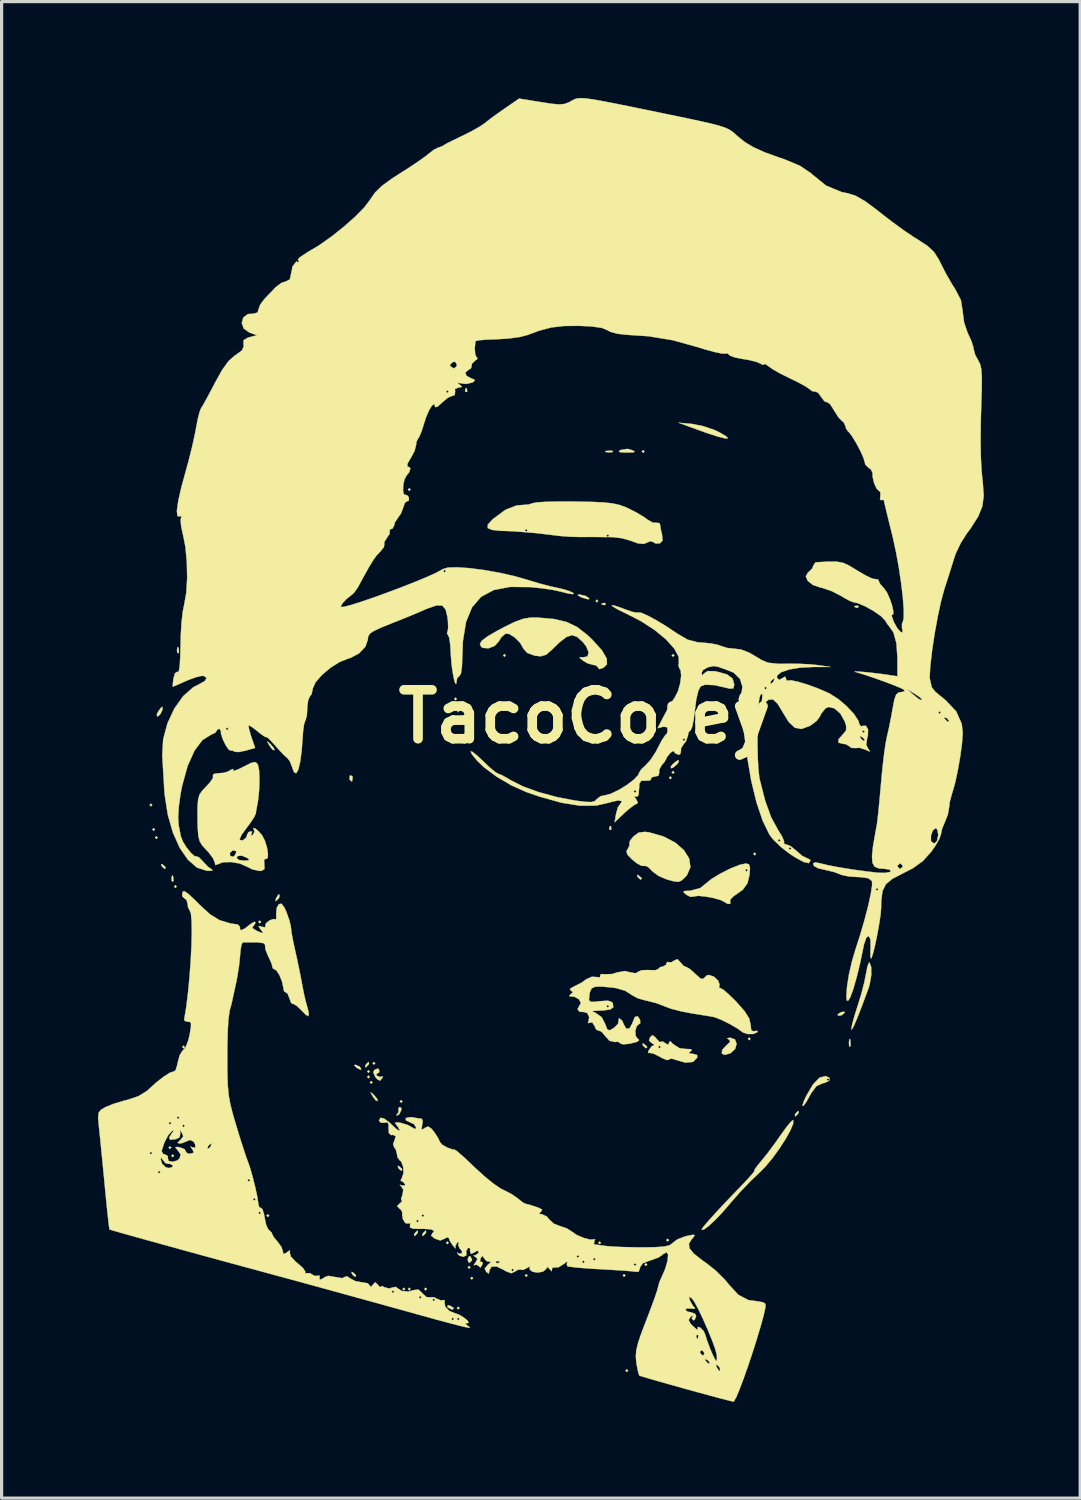
<source format=kicad_pcb>
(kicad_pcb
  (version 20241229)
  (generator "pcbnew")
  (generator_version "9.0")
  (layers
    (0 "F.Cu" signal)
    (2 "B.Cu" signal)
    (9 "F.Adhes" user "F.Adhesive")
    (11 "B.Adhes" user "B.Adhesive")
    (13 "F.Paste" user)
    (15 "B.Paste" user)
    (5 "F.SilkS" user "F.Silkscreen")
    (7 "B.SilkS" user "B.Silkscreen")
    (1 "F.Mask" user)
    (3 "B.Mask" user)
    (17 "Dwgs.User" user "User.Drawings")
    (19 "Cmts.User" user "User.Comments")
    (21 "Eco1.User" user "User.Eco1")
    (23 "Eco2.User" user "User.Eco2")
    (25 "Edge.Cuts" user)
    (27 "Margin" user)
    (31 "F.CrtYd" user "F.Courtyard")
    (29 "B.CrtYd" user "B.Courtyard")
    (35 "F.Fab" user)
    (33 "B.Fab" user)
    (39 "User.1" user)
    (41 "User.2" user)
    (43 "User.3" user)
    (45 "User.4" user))
  (footprint "TacoCorey"
    (layer "F.Cu")
    (at 15.153 19.26)
    (property "Reference" "TacoCorey" (at 0 0 0) (layer "F.SilkS") (effects (font (size 1.524 1.524) (thickness 0.3))))
    (attr through_hole)
    (fp_poly (pts (xy -13.462 2.752) (xy -13.504 2.794) (xy -13.547 2.752) (xy -13.504 2.709) (xy -13.462 2.752)) (stroke (width 0.01) (type solid)) (fill yes) (layer "F.SilkS"))
    (fp_poly (pts (xy -13.377 3.514) (xy -13.42 3.556) (xy -13.462 3.514) (xy -13.42 3.471) (xy -13.377 3.514)) (stroke (width 0.01) (type solid)) (fill yes) (layer "F.SilkS"))
    (fp_poly (pts (xy -13.293 3.768) (xy -13.335 3.81) (xy -13.377 3.768) (xy -13.335 3.725) (xy -13.293 3.768)) (stroke (width 0.01) (type solid)) (fill yes) (layer "F.SilkS"))
    (fp_poly (pts (xy -12.869 13.42) (xy -12.912 13.462) (xy -12.954 13.42) (xy -12.912 13.377) (xy -12.869 13.42)) (stroke (width 0.01) (type solid)) (fill yes) (layer "F.SilkS"))
    (fp_poly (pts (xy -12.785 13.674) (xy -12.827 13.716) (xy -12.869 13.674) (xy -12.827 13.631) (xy -12.785 13.674)) (stroke (width 0.01) (type solid)) (fill yes) (layer "F.SilkS"))
    (fp_poly (pts (xy -12.7 5.292) (xy -12.742 5.334) (xy -12.785 5.292) (xy -12.742 5.249) (xy -12.7 5.292)) (stroke (width 0.01) (type solid)) (fill yes) (layer "F.SilkS"))
    (fp_poly (pts (xy -12.446 10.287) (xy -12.488 10.329) (xy -12.531 10.287) (xy -12.488 10.245) (xy -12.446 10.287)) (stroke (width 0.01) (type solid)) (fill yes) (layer "F.SilkS"))
    (fp_poly (pts (xy -10.075 6.392) (xy -10.118 6.435) (xy -10.16 6.392) (xy -10.118 6.35) (xy -10.075 6.392)) (stroke (width 0.01) (type solid)) (fill yes) (layer "F.SilkS"))
    (fp_poly (pts (xy -9.821 15.536) (xy -9.864 15.579) (xy -9.906 15.536) (xy -9.864 15.494) (xy -9.821 15.536)) (stroke (width 0.01) (type solid)) (fill yes) (layer "F.SilkS"))
    (fp_poly (pts (xy -6.689 11.049) (xy -6.731 11.091) (xy -6.773 11.049) (xy -6.731 11.007) (xy -6.689 11.049)) (stroke (width 0.01) (type solid)) (fill yes) (layer "F.SilkS"))
    (fp_poly (pts (xy -6.689 11.218) (xy -6.731 11.261) (xy -6.773 11.218) (xy -6.731 11.176) (xy -6.689 11.218)) (stroke (width 0.01) (type solid)) (fill yes) (layer "F.SilkS"))
    (fp_poly (pts (xy -6.604 11.388) (xy -6.646 11.43) (xy -6.689 11.388) (xy -6.646 11.345) (xy -6.604 11.388)) (stroke (width 0.01) (type solid)) (fill yes) (layer "F.SilkS"))
    (fp_poly (pts (xy -6.519 10.795) (xy -6.562 10.837) (xy -6.604 10.795) (xy -6.562 10.753) (xy -6.519 10.795)) (stroke (width 0.01) (type solid)) (fill yes) (layer "F.SilkS"))
    (fp_poly (pts (xy -5.673 11.98) (xy -5.715 12.023) (xy -5.757 11.98) (xy -5.715 11.938) (xy -5.673 11.98)) (stroke (width 0.01) (type solid)) (fill yes) (layer "F.SilkS"))
    (fp_poly (pts (xy -5.588 17.822) (xy -5.63 17.865) (xy -5.673 17.822) (xy -5.63 17.78) (xy -5.588 17.822)) (stroke (width 0.01) (type solid)) (fill yes) (layer "F.SilkS"))
    (fp_poly (pts (xy -5.419 -7.07) (xy -5.461 -7.027) (xy -5.503 -7.07) (xy -5.461 -7.112) (xy -5.419 -7.07)) (stroke (width 0.01) (type solid)) (fill yes) (layer "F.SilkS"))
    (fp_poly (pts (xy -5.419 17.822) (xy -5.461 17.865) (xy -5.503 17.822) (xy -5.461 17.78) (xy -5.419 17.822)) (stroke (width 0.01) (type solid)) (fill yes) (layer "F.SilkS"))
    (fp_poly (pts (xy -4.911 17.822) (xy -4.953 17.865) (xy -4.995 17.822) (xy -4.953 17.78) (xy -4.911 17.822)) (stroke (width 0.01) (type solid)) (fill yes) (layer "F.SilkS"))
    (fp_poly (pts (xy -4.233 16.383) (xy -4.276 16.425) (xy -4.318 16.383) (xy -4.276 16.341) (xy -4.233 16.383)) (stroke (width 0.01) (type solid)) (fill yes) (layer "F.SilkS"))
    (fp_poly (pts (xy -3.979 -0.55) (xy -4.022 -0.508) (xy -4.064 -0.55) (xy -4.022 -0.593) (xy -3.979 -0.55)) (stroke (width 0.01) (type solid)) (fill yes) (layer "F.SilkS"))
    (fp_poly (pts (xy -3.895 18.415) (xy -3.937 18.457) (xy -3.979 18.415) (xy -3.937 18.373) (xy -3.895 18.415)) (stroke (width 0.01) (type solid)) (fill yes) (layer "F.SilkS"))
    (fp_poly (pts (xy -3.556 17.145) (xy -3.598 17.187) (xy -3.641 17.145) (xy -3.598 17.103) (xy -3.556 17.145)) (stroke (width 0.01) (type solid)) (fill yes) (layer "F.SilkS"))
    (fp_poly (pts (xy -3.471 17.484) (xy -3.514 17.526) (xy -3.556 17.484) (xy -3.514 17.441) (xy -3.471 17.484)) (stroke (width 0.01) (type solid)) (fill yes) (layer "F.SilkS"))
    (fp_poly (pts (xy -2.455 -1.905) (xy -2.498 -1.863) (xy -2.54 -1.905) (xy -2.498 -1.947) (xy -2.455 -1.905)) (stroke (width 0.01) (type solid)) (fill yes) (layer "F.SilkS"))
    (fp_poly (pts (xy -1.778 17.399) (xy -1.82 17.441) (xy -1.863 17.399) (xy -1.82 17.357) (xy -1.778 17.399)) (stroke (width 0.01) (type solid)) (fill yes) (layer "F.SilkS"))
    (fp_poly (pts (xy 0.423 -3.598) (xy 0.381 -3.556) (xy 0.339 -3.598) (xy 0.381 -3.641) (xy 0.423 -3.598)) (stroke (width 0.01) (type solid)) (fill yes) (layer "F.SilkS"))
    (fp_poly (pts (xy 0.508 16.383) (xy 0.466 16.425) (xy 0.423 16.383) (xy 0.466 16.341) (xy 0.508 16.383)) (stroke (width 0.01) (type solid)) (fill yes) (layer "F.SilkS"))
    (fp_poly (pts (xy 1.27 17.399) (xy 1.228 17.441) (xy 1.185 17.399) (xy 1.228 17.357) (xy 1.27 17.399)) (stroke (width 0.01) (type solid)) (fill yes) (layer "F.SilkS"))
    (fp_poly (pts (xy 1.355 20.362) (xy 1.312 20.405) (xy 1.27 20.362) (xy 1.312 20.32) (xy 1.355 20.362)) (stroke (width 0.01) (type solid)) (fill yes) (layer "F.SilkS"))
    (fp_poly (pts (xy 1.863 -8.255) (xy 1.82 -8.213) (xy 1.778 -8.255) (xy 1.82 -8.297) (xy 1.863 -8.255)) (stroke (width 0.01) (type solid)) (fill yes) (layer "F.SilkS"))
    (fp_poly (pts (xy 1.947 17.06) (xy 1.905 17.103) (xy 1.863 17.06) (xy 1.905 17.018) (xy 1.947 17.06)) (stroke (width 0.01) (type solid)) (fill yes) (layer "F.SilkS"))
    (fp_poly (pts (xy 2.625 16.298) (xy 2.582 16.341) (xy 2.54 16.298) (xy 2.582 16.256) (xy 2.625 16.298)) (stroke (width 0.01) (type solid)) (fill yes) (layer "F.SilkS"))
    (fp_poly (pts (xy 2.709 1.905) (xy 2.667 1.947) (xy 2.625 1.905) (xy 2.667 1.863) (xy 2.709 1.905)) (stroke (width 0.01) (type solid)) (fill yes) (layer "F.SilkS"))
    (fp_poly (pts (xy 2.794 -1.905) (xy 2.752 -1.863) (xy 2.709 -1.905) (xy 2.752 -1.947) (xy 2.794 -1.905)) (stroke (width 0.01) (type solid)) (fill yes) (layer "F.SilkS"))
    (fp_poly (pts (xy 2.794 1.736) (xy 2.752 1.778) (xy 2.709 1.736) (xy 2.752 1.693) (xy 2.794 1.736)) (stroke (width 0.01) (type solid)) (fill yes) (layer "F.SilkS"))
    (fp_poly (pts (xy 5.165 10.033) (xy 5.122 10.075) (xy 5.08 10.033) (xy 5.122 9.991) (xy 5.165 10.033)) (stroke (width 0.01) (type solid)) (fill yes) (layer "F.SilkS"))
    (fp_poly (pts (xy 5.334 4.276) (xy 5.292 4.318) (xy 5.249 4.276) (xy 5.292 4.233) (xy 5.334 4.276)) (stroke (width 0.01) (type solid)) (fill yes) (layer "F.SilkS"))
    (fp_poly (pts (xy -12.811 4.979) (xy -12.801 5.112) (xy -12.818 5.142) (xy -12.857 5.116) (xy -12.863 5.031) (xy -12.842 4.94) (xy -12.811 4.979)) (stroke (width 0.01) (type solid)) (fill yes) (layer "F.SilkS"))
    (fp_poly (pts (xy -12.642 -2.133) (xy -12.632 -2) (xy -12.649 -1.97) (xy -12.687 -1.996) (xy -12.693 -2.081) (xy -12.673 -2.172) (xy -12.642 -2.133)) (stroke (width 0.01) (type solid)) (fill yes) (layer "F.SilkS"))
    (fp_poly (pts (xy -3.923 -0.36) (xy -3.912 -0.186) (xy -3.923 -0.148) (xy -3.954 -0.138) (xy -3.966 -0.254) (xy -3.953 -0.374) (xy -3.923 -0.36)) (stroke (width 0.01) (type solid)) (fill yes) (layer "F.SilkS"))
    (fp_poly (pts (xy -3.669 -10.216) (xy -3.659 -10.116) (xy -3.669 -10.104) (xy -3.719 -10.115) (xy -3.725 -10.16) (xy -3.694 -10.23) (xy -3.669 -10.216)) (stroke (width 0.01) (type solid)) (fill yes) (layer "F.SilkS"))
    (fp_poly (pts (xy 0.649 -3.528) (xy 0.637 -3.477) (xy 0.593 -3.471) (xy 0.523 -3.502) (xy 0.536 -3.528) (xy 0.637 -3.538) (xy 0.649 -3.528)) (stroke (width 0.01) (type solid)) (fill yes) (layer "F.SilkS"))
    (fp_poly (pts (xy 0.818 3.415) (xy 0.829 3.515) (xy 0.818 3.528) (xy 0.768 3.516) (xy 0.762 3.471) (xy 0.793 3.402) (xy 0.818 3.415)) (stroke (width 0.01) (type solid)) (fill yes) (layer "F.SilkS"))
    (fp_poly (pts (xy 0.868 -8.269) (xy 0.878 -8.238) (xy 0.762 -8.226) (xy 0.642 -8.239) (xy 0.656 -8.269) (xy 0.83 -8.28) (xy 0.868 -8.269)) (stroke (width 0.01) (type solid)) (fill yes) (layer "F.SilkS"))
    (fp_poly (pts (xy 8.269 10.054) (xy 8.28 10.228) (xy 8.269 10.266) (xy 8.238 10.276) (xy 8.226 10.16) (xy 8.239 10.04) (xy 8.269 10.054)) (stroke (width 0.01) (type solid)) (fill yes) (layer "F.SilkS"))
    (fp_poly (pts (xy 8.523 -3.443) (xy 8.511 -3.393) (xy 8.467 -3.387) (xy 8.397 -3.418) (xy 8.41 -3.443) (xy 8.511 -3.453) (xy 8.523 -3.443)) (stroke (width 0.01) (type solid)) (fill yes) (layer "F.SilkS"))
    (fp_poly (pts (xy -13.136 4.606) (xy -13.046 4.691) (xy -13.064 4.741) (xy -13.076 4.741) (xy -13.148 4.681) (xy -13.174 4.644) (xy -13.184 4.586) (xy -13.136 4.606)) (stroke (width 0.01) (type solid)) (fill yes) (layer "F.SilkS"))
    (fp_poly (pts (xy -9.858 0.786) (xy -9.772 0.866) (xy -9.671 0.99) (xy -9.66 1.052) (xy -9.727 1.021) (xy -9.813 0.906) (xy -9.885 0.779) (xy -9.858 0.786)) (stroke (width 0.01) (type solid)) (fill yes) (layer "F.SilkS"))
    (fp_poly (pts (xy -9.509 5.633) (xy -9.557 5.695) (xy -9.628 5.749) (xy -9.61 5.664) (xy -9.604 5.648) (xy -9.537 5.544) (xy -9.499 5.543) (xy -9.509 5.633)) (stroke (width 0.01) (type solid)) (fill yes) (layer "F.SilkS"))
    (fp_poly (pts (xy -7.234 1.855) (xy -7.225 1.909) (xy -7.243 2.024) (xy -7.305 1.977) (xy -7.32 1.953) (xy -7.316 1.846) (xy -7.297 1.83) (xy -7.234 1.855)) (stroke (width 0.01) (type solid)) (fill yes) (layer "F.SilkS"))
    (fp_poly (pts (xy -7.21 17.306) (xy -7.119 17.391) (xy -7.138 17.441) (xy -7.149 17.441) (xy -7.221 17.381) (xy -7.247 17.344) (xy -7.257 17.286) (xy -7.21 17.306)) (stroke (width 0.01) (type solid)) (fill yes) (layer "F.SilkS"))
    (fp_poly (pts (xy -7.003 10.899) (xy -6.985 10.922) (xy -6.955 10.998) (xy -7.035 10.969) (xy -7.112 10.922) (xy -7.177 10.854) (xy -7.138 10.839) (xy -7.003 10.899)) (stroke (width 0.01) (type solid)) (fill yes) (layer "F.SilkS"))
    (fp_poly (pts (xy -6.641 11.708) (xy -6.555 11.788) (xy -6.454 11.912) (xy -6.443 11.974) (xy -6.51 11.943) (xy -6.596 11.828) (xy -6.668 11.701) (xy -6.641 11.708)) (stroke (width 0.01) (type solid)) (fill yes) (layer "F.SilkS"))
    (fp_poly (pts (xy -5.77 14.004) (xy -5.68 14.089) (xy -5.698 14.139) (xy -5.71 14.139) (xy -5.782 14.079) (xy -5.808 14.042) (xy -5.818 13.984) (xy -5.77 14.004)) (stroke (width 0.01) (type solid)) (fill yes) (layer "F.SilkS"))
    (fp_poly (pts (xy -4.195 18.34) (xy -4.076 18.409) (xy -4.096 18.453) (xy -4.144 18.457) (xy -4.258 18.396) (xy -4.275 18.374) (xy -4.261 18.326) (xy -4.195 18.34)) (stroke (width 0.01) (type solid)) (fill yes) (layer "F.SilkS"))
    (fp_poly (pts (xy -3.555 16.807) (xy -3.506 16.909) (xy -3.517 16.939) (xy -3.599 17.014) (xy -3.639 16.929) (xy -3.641 16.886) (xy -3.599 16.799) (xy -3.555 16.807)) (stroke (width 0.01) (type solid)) (fill yes) (layer "F.SilkS"))
    (fp_poly (pts (xy 1.68 4.945) (xy 1.77 5.024) (xy 1.778 5.043) (xy 1.738 5.077) (xy 1.654 4.999) (xy 1.643 4.982) (xy 1.633 4.924) (xy 1.68 4.945)) (stroke (width 0.01) (type solid)) (fill yes) (layer "F.SilkS"))
    (fp_poly (pts (xy 1.85 10.194) (xy 1.94 10.273) (xy 1.947 10.292) (xy 1.907 10.327) (xy 1.823 10.249) (xy 1.812 10.232) (xy 1.802 10.174) (xy 1.85 10.194)) (stroke (width 0.01) (type solid)) (fill yes) (layer "F.SilkS"))
    (fp_poly (pts (xy 8.085 9.23) (xy 7.995 9.3) (xy 7.897 9.312) (xy 7.874 9.28) (xy 7.94 9.226) (xy 8.005 9.196) (xy 8.093 9.19) (xy 8.085 9.23)) (stroke (width 0.01) (type solid)) (fill yes) (layer "F.SilkS"))
    (fp_poly (pts (xy -13.146 -0.208) (xy -13.211 -0.076) (xy -13.294 -0.001) (xy -13.302 0) (xy -13.324 -0.059) (xy -13.275 -0.165) (xy -13.186 -0.284) (xy -13.146 -0.305) (xy -13.146 -0.208)) (stroke (width 0.01) (type solid)) (fill yes) (layer "F.SilkS"))
    (fp_poly (pts (xy -6.715 10.807) (xy -6.731 10.837) (xy -6.811 10.918) (xy -6.826 10.922) (xy -6.831 10.867) (xy -6.816 10.837) (xy -6.736 10.756) (xy -6.721 10.753) (xy -6.715 10.807)) (stroke (width 0.01) (type solid)) (fill yes) (layer "F.SilkS"))
    (fp_poly (pts (xy -5.191 16.057) (xy -5.207 16.087) (xy -5.287 16.168) (xy -5.302 16.171) (xy -5.307 16.117) (xy -5.292 16.087) (xy -5.212 16.006) (xy -5.197 16.002) (xy -5.191 16.057)) (stroke (width 0.01) (type solid)) (fill yes) (layer "F.SilkS"))
    (fp_poly (pts (xy -4.937 16.057) (xy -4.953 16.087) (xy -5.033 16.168) (xy -5.048 16.171) (xy -5.053 16.117) (xy -5.038 16.087) (xy -4.958 16.006) (xy -4.943 16.002) (xy -4.937 16.057)) (stroke (width 0.01) (type solid)) (fill yes) (layer "F.SilkS"))
    (fp_poly (pts (xy 0.011 -3.763) (xy 0.085 -3.725) (xy 0.151 -3.662) (xy 0.09 -3.654) (xy -0.068 -3.701) (xy -0.127 -3.725) (xy -0.222 -3.783) (xy -0.169 -3.803) (xy 0.011 -3.763)) (stroke (width 0.01) (type solid)) (fill yes) (layer "F.SilkS"))
    (fp_poly (pts (xy 2.929 1.407) (xy 2.879 1.482) (xy 2.753 1.588) (xy 2.693 1.609) (xy 2.678 1.561) (xy 2.74 1.482) (xy 2.867 1.379) (xy 2.925 1.355) (xy 2.929 1.407)) (stroke (width 0.01) (type solid)) (fill yes) (layer "F.SilkS"))
    (fp_poly (pts (xy 6.662 12.331) (xy 6.646 12.361) (xy 6.567 12.442) (xy 6.552 12.446) (xy 6.546 12.391) (xy 6.562 12.361) (xy 6.641 12.28) (xy 6.656 12.277) (xy 6.662 12.331)) (stroke (width 0.01) (type solid)) (fill yes) (layer "F.SilkS"))
    (fp_poly (pts (xy 1.453 -8.303) (xy 1.558 -8.253) (xy 1.529 -8.229) (xy 1.351 -8.221) (xy 1.312 -8.221) (xy 1.111 -8.228) (xy 1.062 -8.258) (xy 1.114 -8.3) (xy 1.331 -8.335) (xy 1.453 -8.303)) (stroke (width 0.01) (type solid)) (fill yes) (layer "F.SilkS"))
    (fp_poly (pts (xy -5.71 12.179) (xy -5.709 12.251) (xy -5.777 12.385) (xy -5.83 12.414) (xy -5.872 12.407) (xy -5.844 12.39) (xy -5.791 12.302) (xy -5.801 12.275) (xy -5.787 12.172) (xy -5.766 12.155) (xy -5.71 12.179)) (stroke (width 0.01) (type solid)) (fill yes) (layer "F.SilkS"))
    (fp_poly (pts (xy 3.35 -9.11) (xy 3.689 -9.043) (xy 4.05 -8.919) (xy 4.188 -8.853) (xy 4.4 -8.729) (xy 4.462 -8.665) (xy 4.382 -8.659) (xy 4.169 -8.711) (xy 3.83 -8.82) (xy 3.598 -8.902) (xy 2.921 -9.15) (xy 3.35 -9.11)) (stroke (width 0.01) (type solid)) (fill yes) (layer "F.SilkS"))
    (fp_poly (pts (xy 4.679 10.05) (xy 4.73 10.185) (xy 4.685 10.346) (xy 4.545 10.476) (xy 4.531 10.483) (xy 4.352 10.534) (xy 4.267 10.484) (xy 4.284 10.373) (xy 4.403 10.244) (xy 4.525 10.13) (xy 4.506 10.064) (xy 4.479 10.051) (xy 4.437 10.012) (xy 4.532 9.997) (xy 4.679 10.05)) (stroke (width 0.01) (type solid)) (fill yes) (layer "F.SilkS"))
    (fp_poly (pts (xy -6.397 10.999) (xy -6.4 11.082) (xy -6.435 11.091) (xy -6.489 11.143) (xy -6.476 11.177) (xy -6.37 11.222) (xy -6.331 11.207) (xy -6.279 11.203) (xy -6.3 11.248) (xy -6.371 11.334) (xy -6.448 11.299) (xy -6.522 11.215) (xy -6.583 11.069) (xy -6.542 10.996) (xy -6.439 10.956) (xy -6.397 10.999)) (stroke (width 0.01) (type solid)) (fill yes) (layer "F.SilkS"))
    (fp_poly (pts (xy 8.921 7.804) (xy 8.922 8.051) (xy 8.874 8.333) (xy 8.833 8.467) (xy 8.638 8.994) (xy 8.485 9.388) (xy 8.376 9.641) (xy 8.315 9.746) (xy 8.302 9.73) (xy 8.326 9.588) (xy 8.393 9.338) (xy 8.489 9.033) (xy 8.496 9.011) (xy 8.609 8.647) (xy 8.704 8.279) (xy 8.757 8.014) (xy 8.801 7.79) (xy 8.846 7.665) (xy 8.869 7.655) (xy 8.921 7.804)) (stroke (width 0.01) (type solid)) (fill yes) (layer "F.SilkS"))
    (fp_poly (pts (xy 7.629 11.253) (xy 7.618 11.301) (xy 7.578 11.261) (xy 7.535 11.303) (xy 7.578 11.345) (xy 7.616 11.307) (xy 7.609 11.338) (xy 7.467 11.405) (xy 7.41 11.415) (xy 7.215 11.504) (xy 7.045 11.734) (xy 7.027 11.769) (xy 6.895 12.005) (xy 6.807 12.122) (xy 6.779 12.114) (xy 6.823 11.974) (xy 6.893 11.821) (xy 7.109 11.449) (xy 7.316 11.238) (xy 7.508 11.191) (xy 7.629 11.253)) (stroke (width 0.01) (type solid)) (fill yes) (layer "F.SilkS"))
    (fp_poly (pts (xy 2.014 3.606) (xy 2.456 3.732) (xy 2.822 3.924) (xy 3.093 4.162) (xy 3.255 4.424) (xy 3.291 4.69) (xy 3.183 4.939) (xy 3.133 4.995) (xy 3.017 5.104) (xy 2.916 5.145) (xy 2.77 5.128) (xy 2.544 5.065) (xy 2.301 4.96) (xy 2.112 4.821) (xy 2.106 4.814) (xy 1.981 4.69) (xy 1.911 4.651) (xy 1.773 4.646) (xy 1.634 4.575) (xy 1.48 4.451) (xy 1.328 4.297) (xy 1.302 4.187) (xy 1.339 4.125) (xy 1.4 4.003) (xy 1.389 3.957) (xy 1.407 3.871) (xy 1.518 3.731) (xy 1.52 3.729) (xy 1.684 3.61) (xy 1.879 3.588) (xy 2.014 3.606)) (stroke (width 0.01) (type solid)) (fill yes) (layer "F.SilkS"))
    (fp_poly (pts (xy 6.492 12.56) (xy 6.493 12.67) (xy 6.407 12.878) (xy 6.256 13.149) (xy 6.061 13.451) (xy 5.844 13.75) (xy 5.626 14.012) (xy 5.459 14.18) (xy 5.177 14.447) (xy 4.856 14.782) (xy 4.561 15.117) (xy 4.529 15.156) (xy 4.288 15.436) (xy 4.053 15.68) (xy 3.851 15.867) (xy 3.705 15.973) (xy 3.642 15.976) (xy 3.641 15.967) (xy 3.697 15.883) (xy 3.853 15.698) (xy 4.091 15.435) (xy 4.391 15.114) (xy 4.735 14.755) (xy 4.841 14.646) (xy 5.059 14.416) (xy 5.215 14.241) (xy 5.285 14.148) (xy 5.283 14.139) (xy 5.302 14.083) (xy 5.409 13.941) (xy 5.489 13.846) (xy 5.672 13.621) (xy 5.896 13.322) (xy 6.098 13.035) (xy 6.273 12.792) (xy 6.411 12.622) (xy 6.488 12.558) (xy 6.492 12.56)) (stroke (width 0.01) (type solid)) (fill yes) (layer "F.SilkS"))
    (fp_poly (pts (xy 5.115 4.599) (xy 5.147 4.706) (xy 5.133 4.918) (xy 5.068 5.188) (xy 4.922 5.391) (xy 4.654 5.581) (xy 4.633 5.594) (xy 4.532 5.697) (xy 4.532 5.762) (xy 4.531 5.832) (xy 4.444 5.829) (xy 4.367 5.779) (xy 4.236 5.712) (xy 4.013 5.649) (xy 3.761 5.602) (xy 3.539 5.58) (xy 3.412 5.597) (xy 3.407 5.601) (xy 3.294 5.612) (xy 3.17 5.549) (xy 3.072 5.464) (xy 3.102 5.43) (xy 3.279 5.421) (xy 3.285 5.421) (xy 3.596 5.34) (xy 3.758 5.209) (xy 3.949 5.055) (xy 4.228 4.885) (xy 4.429 4.784) (xy 4.995 4.784) (xy 5.038 4.826) (xy 5.08 4.784) (xy 5.038 4.741) (xy 4.995 4.784) (xy 4.429 4.784) (xy 4.539 4.729) (xy 4.824 4.615) (xy 5.02 4.573) (xy 5.115 4.599)) (stroke (width 0.01) (type solid)) (fill yes) (layer "F.SilkS"))
    (fp_poly (pts (xy 2.191 9.975) (xy 2.238 10.033) (xy 2.333 10.134) (xy 2.368 10.128) (xy 2.422 10.112) (xy 2.498 10.16) (xy 2.599 10.222) (xy 2.627 10.153) (xy 2.627 10.149) (xy 2.662 10.102) (xy 2.752 10.194) (xy 2.954 10.325) (xy 3.148 10.347) (xy 3.317 10.355) (xy 3.331 10.394) (xy 3.299 10.418) (xy 3.237 10.477) (xy 3.328 10.497) (xy 3.363 10.497) (xy 3.501 10.536) (xy 3.505 10.617) (xy 3.373 10.75) (xy 3.141 10.774) (xy 2.891 10.703) (xy 2.698 10.644) (xy 2.625 10.676) (xy 2.625 10.679) (xy 2.563 10.695) (xy 2.407 10.63) (xy 2.341 10.591) (xy 2.148 10.494) (xy 2.016 10.468) (xy 1.998 10.476) (xy 1.973 10.464) (xy 1.994 10.39) (xy 2.07 10.287) (xy 2.286 10.287) (xy 2.328 10.329) (xy 2.371 10.287) (xy 2.328 10.245) (xy 2.286 10.287) (xy 2.07 10.287) (xy 2.088 10.264) (xy 2.147 10.239) (xy 2.166 10.21) (xy 2.099 10.175) (xy 2.002 10.088) (xy 2.032 9.991) (xy 2.105 9.917) (xy 2.191 9.975)) (stroke (width 0.01) (type solid)) (fill yes) (layer "F.SilkS"))
    (fp_poly (pts (xy -0.966 -3.04) (xy -0.566 -2.948) (xy -0.231 -2.787) (xy 0.091 -2.535) (xy 0.242 -2.39) (xy 0.537 -2.063) (xy 0.686 -1.811) (xy 0.693 -1.628) (xy 0.585 -1.52) (xy 0.451 -1.477) (xy 0.423 -1.521) (xy 0.353 -1.595) (xy 0.27 -1.609) (xy 0.085 -1.659) (xy -0.047 -1.738) (xy -0.159 -1.832) (xy -0.137 -1.854) (xy -0.052 -1.844) (xy 0.089 -1.874) (xy 0.123 -2) (xy 0.048 -2.185) (xy -0.055 -2.318) (xy -0.231 -2.479) (xy -0.391 -2.536) (xy -0.566 -2.481) (xy -0.789 -2.308) (xy -1.017 -2.085) (xy -1.2 -1.926) (xy -1.369 -1.877) (xy -1.554 -1.897) (xy -1.788 -1.982) (xy -1.902 -2.106) (xy -2.008 -2.294) (xy -2.175 -2.464) (xy -2.351 -2.572) (xy -2.465 -2.583) (xy -2.592 -2.474) (xy -2.669 -2.348) (xy -2.801 -2.202) (xy -2.995 -2.125) (xy -3.176 -2.141) (xy -3.224 -2.174) (xy -3.262 -2.26) (xy -3.201 -2.364) (xy -3.023 -2.499) (xy -2.712 -2.679) (xy -2.54 -2.77) (xy -2.187 -2.945) (xy -1.92 -3.043) (xy -1.684 -3.083) (xy -1.482 -3.084) (xy -0.966 -3.04)) (stroke (width 0.01) (type solid)) (fill yes) (layer "F.SilkS"))
    (fp_poly (pts (xy -0.281 -6.695) (xy 0.218 -6.685) (xy 0.584 -6.668) (xy 0.854 -6.64) (xy 1.064 -6.596) (xy 1.251 -6.53) (xy 1.362 -6.481) (xy 1.634 -6.342) (xy 1.862 -6.203) (xy 1.948 -6.138) (xy 2.111 -6.042) (xy 2.226 -6.035) (xy 2.33 -6.023) (xy 2.346 -5.982) (xy 2.369 -5.831) (xy 2.409 -5.663) (xy 2.424 -5.477) (xy 2.337 -5.392) (xy 2.198 -5.39) (xy 2.156 -5.424) (xy 2.053 -5.462) (xy 2.005 -5.444) (xy 1.843 -5.376) (xy 1.659 -5.393) (xy 1.447 -5.47) (xy 1.16 -5.553) (xy 0.86 -5.588) (xy 0.72 -5.589) (xy 0.762 -5.63) (xy 0.72 -5.673) (xy 0.677 -5.63) (xy 0.719 -5.589) (xy 0.602 -5.589) (xy 0.393 -5.591) (xy 0.381 -5.592) (xy 0.192 -5.593) (xy -0.076 -5.592) (xy -0.169 -5.592) (xy -0.485 -5.601) (xy -0.789 -5.625) (xy -0.847 -5.633) (xy -1.504 -5.712) (xy -2.179 -5.767) (xy -2.561 -5.784) (xy -2.755 -5.8) (xy -1.863 -5.8) (xy -1.82 -5.757) (xy -1.778 -5.8) (xy -1.82 -5.842) (xy -1.863 -5.8) (xy -2.755 -5.8) (xy -2.87 -5.809) (xy -3.019 -5.869) (xy -3.017 -5.975) (xy -2.873 -6.137) (xy -2.857 -6.15) (xy -2.464 -6.441) (xy -2.115 -6.575) (xy -1.971 -6.586) (xy -1.751 -6.602) (xy -1.609 -6.646) (xy -1.489 -6.669) (xy -1.233 -6.686) (xy -0.875 -6.696) (xy -0.448 -6.697) (xy -0.281 -6.695)) (stroke (width 0.01) (type solid)) (fill yes) (layer "F.SilkS"))
    (fp_poly (pts (xy -10.205 1.451) (xy -10.172 1.506) (xy -10.137 1.669) (xy -10.125 1.941) (xy -10.134 2.263) (xy -10.163 2.576) (xy -10.194 2.752) (xy -10.229 2.938) (xy -10.238 3.015) (xy -10.291 3.133) (xy -10.419 3.324) (xy -10.499 3.429) (xy -10.685 3.685) (xy -10.746 3.828) (xy -10.682 3.858) (xy -10.628 3.842) (xy -10.529 3.754) (xy -10.523 3.707) (xy -10.474 3.605) (xy -10.423 3.577) (xy -10.349 3.579) (xy -10.373 3.643) (xy -10.393 3.712) (xy -10.341 3.69) (xy -10.279 3.589) (xy -10.291 3.55) (xy -10.319 3.469) (xy -10.261 3.481) (xy -10.156 3.565) (xy -10.047 3.69) (xy -9.958 3.86) (xy -9.893 4.068) (xy -9.861 4.265) (xy -9.868 4.403) (xy -9.923 4.434) (xy -9.93 4.43) (xy -9.982 4.455) (xy -9.974 4.591) (xy -9.969 4.75) (xy -10.065 4.802) (xy -10.128 4.805) (xy -10.348 4.756) (xy -10.508 4.675) (xy -10.731 4.576) (xy -11.007 4.528) (xy -11.262 4.535) (xy -11.409 4.591) (xy -11.497 4.624) (xy -11.515 4.547) (xy -11.571 4.41) (xy -11.576 4.403) (xy -10.837 4.403) (xy -10.764 4.464) (xy -10.604 4.486) (xy -10.457 4.473) (xy -10.461 4.43) (xy -10.499 4.403) (xy -10.678 4.328) (xy -10.807 4.342) (xy -10.837 4.403) (xy -11.576 4.403) (xy -11.697 4.243) (xy -11.044 4.243) (xy -11.041 4.331) (xy -10.951 4.367) (xy -10.897 4.327) (xy -10.845 4.218) (xy -10.859 4.184) (xy -10.961 4.167) (xy -11.044 4.243) (xy -11.697 4.243) (xy -11.712 4.222) (xy -11.779 4.152) (xy -11.909 4.011) (xy -11.988 3.879) (xy -12.03 3.706) (xy -12.048 3.446) (xy -12.054 3.177) (xy -12.054 2.812) (xy -12.034 2.574) (xy -11.988 2.42) (xy -11.908 2.308) (xy -11.896 2.295) (xy -11.677 2.062) (xy -11.574 1.915) (xy -11.572 1.834) (xy -11.576 1.829) (xy -11.548 1.786) (xy -11.444 1.767) (xy -11.237 1.75) (xy -11.113 1.714) (xy -11.015 1.658) (xy -10.936 1.627) (xy -10.953 1.674) (xy -10.92 1.691) (xy -10.774 1.636) (xy -10.628 1.563) (xy -10.401 1.449) (xy -10.275 1.413) (xy -10.205 1.451)) (stroke (width 0.01) (type solid)) (fill yes) (layer "F.SilkS"))
    (fp_poly (pts (xy 2.976 7.645) (xy 3.085 7.766) (xy 3.148 7.789) (xy 3.262 7.847) (xy 3.423 7.988) (xy 3.455 8.021) (xy 3.613 8.16) (xy 3.698 8.161) (xy 3.705 8.148) (xy 3.808 8.054) (xy 3.865 8.043) (xy 4.023 8.096) (xy 4.154 8.217) (xy 4.202 8.348) (xy 4.19 8.383) (xy 4.186 8.449) (xy 4.213 8.448) (xy 4.304 8.493) (xy 4.474 8.636) (xy 4.69 8.846) (xy 4.727 8.884) (xy 4.982 9.176) (xy 5.122 9.4) (xy 5.165 9.588) (xy 5.165 9.592) (xy 5.186 9.764) (xy 5.263 9.799) (xy 5.296 9.789) (xy 5.384 9.783) (xy 5.373 9.826) (xy 5.259 9.88) (xy 5.079 9.883) (xy 4.928 9.835) (xy 4.911 9.821) (xy 4.756 9.709) (xy 4.514 9.569) (xy 4.255 9.441) (xy 4.047 9.359) (xy 4.022 9.353) (xy 3.901 9.331) (xy 3.662 9.292) (xy 3.357 9.243) (xy 3.335 9.24) (xy 2.996 9.175) (xy 2.693 9.096) (xy 2.496 9.023) (xy 2.251 8.927) (xy 1.959 8.851) (xy 1.913 8.843) (xy 1.655 8.77) (xy 1.453 8.662) (xy 1.423 8.635) (xy 1.249 8.531) (xy 0.981 8.454) (xy 0.873 8.438) (xy 0.534 8.405) (xy 0.327 8.41) (xy 0.215 8.463) (xy 0.163 8.576) (xy 0.148 8.66) (xy 0.133 8.815) (xy 0.177 8.879) (xy 0.323 8.879) (xy 0.471 8.86) (xy 0.725 8.844) (xy 0.853 8.891) (xy 0.875 8.927) (xy 0.89 9.05) (xy 0.796 9.119) (xy 0.568 9.149) (xy 0.473 9.152) (xy 0.276 9.163) (xy 0.237 9.183) (xy 0.332 9.218) (xy 0.528 9.357) (xy 0.629 9.549) (xy 0.699 9.728) (xy 0.771 9.771) (xy 0.895 9.701) (xy 0.912 9.69) (xy 1.036 9.568) (xy 1.055 9.477) (xy 1.061 9.403) (xy 1.086 9.398) (xy 1.169 9.469) (xy 1.21 9.567) (xy 1.292 9.715) (xy 1.394 9.708) (xy 1.482 9.553) (xy 1.489 9.525) (xy 1.565 9.35) (xy 1.653 9.33) (xy 1.724 9.44) (xy 1.73 9.55) (xy 1.701 9.567) (xy 1.618 9.637) (xy 1.576 9.79) (xy 1.588 9.944) (xy 1.631 10.004) (xy 1.697 10.071) (xy 1.633 10.125) (xy 1.42 10.179) (xy 1.376 10.188) (xy 1.191 10.204) (xy 1.102 10.173) (xy 1.101 10.166) (xy 1.034 10.122) (xy 0.945 10.132) (xy 0.773 10.093) (xy 0.645 9.952) (xy 0.525 9.811) (xy 0.432 9.774) (xy 0.429 9.775) (xy 0.356 9.743) (xy 0.312 9.643) (xy 0.237 9.52) (xy 0.162 9.53) (xy 0.098 9.545) (xy 0.114 9.503) (xy 0.14 9.357) (xy 0.08 9.23) (xy -0.03 9.194) (xy -0.041 9.197) (xy -0.162 9.19) (xy -0.222 9.108) (xy -0.174 9.02) (xy -0.173 9.017) (xy 0.677 9.017) (xy 0.72 9.059) (xy 0.762 9.017) (xy 0.72 8.975) (xy 0.677 9.017) (xy -0.173 9.017) (xy -0.119 8.916) (xy -0.18 8.798) (xy -0.32 8.724) (xy -0.369 8.719) (xy -0.484 8.703) (xy -0.442 8.649) (xy -0.435 8.645) (xy -0.362 8.576) (xy -0.435 8.529) (xy -0.46 8.475) (xy -0.326 8.398) (xy -0.311 8.392) (xy -0.096 8.283) (xy 0.047 8.178) (xy 0.225 8.099) (xy 0.35 8.107) (xy 0.477 8.116) (xy 0.481 8.069) (xy 0.504 8.015) (xy 0.628 8.021) (xy 0.862 8.014) (xy 1.001 7.967) (xy 1.256 7.921) (xy 1.388 7.955) (xy 1.587 7.992) (xy 1.658 7.947) (xy 1.772 7.896) (xy 1.975 7.889) (xy 2 7.891) (xy 2.191 7.896) (xy 2.284 7.865) (xy 2.286 7.857) (xy 2.355 7.797) (xy 2.413 7.789) (xy 2.526 7.736) (xy 2.54 7.691) (xy 2.574 7.634) (xy 2.596 7.647) (xy 2.697 7.649) (xy 2.773 7.602) (xy 2.889 7.551) (xy 2.976 7.645)) (stroke (width 0.01) (type solid)) (fill yes) (layer "F.SilkS"))
    (fp_poly (pts (xy 0.952 -3.45) (xy 1.209 -3.359) (xy 1.272 -3.334) (xy 1.49 -3.26) (xy 1.637 -3.235) (xy 1.662 -3.243) (xy 1.761 -3.232) (xy 1.965 -3.143) (xy 2.241 -2.993) (xy 2.557 -2.802) (xy 2.878 -2.586) (xy 2.879 -2.586) (xy 3.203 -2.396) (xy 3.519 -2.313) (xy 3.664 -2.303) (xy 3.942 -2.277) (xy 4.169 -2.228) (xy 4.23 -2.203) (xy 4.436 -2.138) (xy 4.641 -2.117) (xy 4.871 -2.088) (xy 5.122 -1.99) (xy 5.443 -1.803) (xy 5.503 -1.763) (xy 5.717 -1.676) (xy 6.029 -1.643) (xy 6.265 -1.645) (xy 6.64 -1.646) (xy 7.022 -1.627) (xy 7.239 -1.605) (xy 7.662 -1.544) (xy 7.105 -1.544) (xy 6.707 -1.524) (xy 6.369 -1.467) (xy 6.121 -1.383) (xy 5.992 -1.281) (xy 5.987 -1.211) (xy 6.054 -1.141) (xy 6.148 -1.194) (xy 6.244 -1.246) (xy 6.265 -1.182) (xy 6.294 -1.111) (xy 6.315 -1.122) (xy 6.426 -1.13) (xy 6.649 -1.084) (xy 6.941 -0.995) (xy 7.262 -0.878) (xy 7.567 -0.746) (xy 7.633 -0.713) (xy 7.898 -0.545) (xy 8.159 -0.322) (xy 8.38 -0.086) (xy 8.52 0.126) (xy 8.551 0.236) (xy 8.603 0.305) (xy 8.645 0.29) (xy 8.758 0.286) (xy 8.822 0.399) (xy 8.819 0.582) (xy 8.796 0.659) (xy 8.766 0.882) (xy 8.825 0.998) (xy 8.885 1.083) (xy 8.828 1.071) (xy 8.748 1.03) (xy 8.557 0.971) (xy 8.439 0.98) (xy 8.3 0.974) (xy 8.259 0.937) (xy 8.136 0.861) (xy 8.038 0.847) (xy 7.896 0.81) (xy 7.905 0.703) (xy 7.982 0.617) (xy 8.565 0.617) (xy 8.586 0.664) (xy 8.671 0.755) (xy 8.72 0.736) (xy 8.721 0.725) (xy 8.661 0.653) (xy 8.623 0.627) (xy 8.565 0.617) (xy 7.982 0.617) (xy 8.034 0.559) (xy 8.11 0.466) (xy 8.636 0.466) (xy 8.678 0.508) (xy 8.721 0.466) (xy 8.678 0.423) (xy 8.636 0.466) (xy 8.11 0.466) (xy 8.138 0.431) (xy 8.14 0.283) (xy 8.098 0.153) (xy 7.959 -0.095) (xy 7.778 -0.255) (xy 7.596 -0.3) (xy 7.496 -0.256) (xy 7.362 -0.088) (xy 7.325 -0.005) (xy 7.223 0.133) (xy 7.033 0.276) (xy 6.998 0.295) (xy 6.75 0.385) (xy 6.543 0.347) (xy 6.352 0.168) (xy 6.175 -0.121) (xy 6.005 -0.401) (xy 5.864 -0.533) (xy 5.729 -0.528) (xy 5.619 -0.442) (xy 5.521 -0.356) (xy 5.499 -0.396) (xy 5.522 -0.537) (xy 5.538 -0.691) (xy 5.495 -0.701) (xy 5.472 -0.68) (xy 5.436 -0.562) (xy 5.409 -0.311) (xy 5.39 0.034) (xy 5.38 0.437) (xy 5.38 0.862) (xy 5.389 1.271) (xy 5.408 1.627) (xy 5.437 1.894) (xy 5.447 1.947) (xy 5.618 2.617) (xy 5.806 3.136) (xy 6.015 3.519) (xy 6.144 3.73) (xy 6.208 3.882) (xy 6.206 3.926) (xy 6.223 3.972) (xy 6.279 3.979) (xy 6.419 4.037) (xy 6.591 4.177) (xy 6.604 4.191) (xy 6.77 4.335) (xy 6.907 4.402) (xy 6.915 4.403) (xy 7.018 4.454) (xy 7.027 4.487) (xy 6.976 4.563) (xy 6.816 4.527) (xy 6.544 4.377) (xy 6.374 4.265) (xy 6.17 4.106) (xy 6.35 4.106) (xy 6.392 4.149) (xy 6.435 4.106) (xy 6.392 4.064) (xy 6.35 4.106) (xy 6.17 4.106) (xy 6.103 4.054) (xy 5.896 3.852) (xy 6.011 3.852) (xy 6.054 3.895) (xy 6.096 3.852) (xy 6.054 3.81) (xy 6.011 3.852) (xy 5.896 3.852) (xy 5.867 3.824) (xy 5.755 3.679) (xy 5.542 3.244) (xy 5.349 2.671) (xy 5.184 1.992) (xy 5.056 1.239) (xy 5.039 1.101) (xy 4.981 0.66) (xy 4.922 0.248) (xy 4.869 -0.087) (xy 4.83 -0.296) (xy 4.795 -0.536) (xy 4.821 -0.657) (xy 4.832 -0.663) (xy 4.888 -0.759) (xy 4.905 -0.889) (xy 5.588 -0.889) (xy 5.63 -0.847) (xy 5.673 -0.889) (xy 5.63 -0.931) (xy 5.588 -0.889) (xy 4.905 -0.889) (xy 4.911 -0.936) (xy 4.883 -1.022) (xy 5.778 -1.022) (xy 5.79 -1.016) (xy 5.867 -1.076) (xy 5.884 -1.101) (xy 5.906 -1.18) (xy 5.894 -1.185) (xy 5.817 -1.126) (xy 5.8 -1.101) (xy 5.778 -1.022) (xy 4.883 -1.022) (xy 4.835 -1.173) (xy 4.641 -1.368) (xy 4.386 -1.47) (xy 4.218 -1.525) (xy 4.191 -1.54) (xy 4.028 -1.574) (xy 3.835 -1.536) (xy 3.684 -1.449) (xy 3.642 -1.366) (xy 3.658 -1.278) (xy 3.717 -1.345) (xy 3.828 -1.418) (xy 4.042 -1.413) (xy 4.118 -1.401) (xy 4.433 -1.313) (xy 4.604 -1.184) (xy 4.657 -0.997) (xy 4.657 -0.996) (xy 4.625 -0.876) (xy 4.499 -0.873) (xy 4.466 -0.882) (xy 4.044 -0.98) (xy 3.747 -0.992) (xy 3.609 -0.94) (xy 3.538 -0.803) (xy 3.475 -0.537) (xy 3.432 -0.209) (xy 3.394 0.093) (xy 3.348 0.317) (xy 3.302 0.421) (xy 3.295 0.423) (xy 3.231 0.494) (xy 3.217 0.582) (xy 3.156 0.768) (xy 3.086 0.85) (xy 2.998 0.989) (xy 2.999 1.072) (xy 2.974 1.171) (xy 2.918 1.185) (xy 2.807 1.136) (xy 2.794 1.095) (xy 2.747 1.071) (xy 2.667 1.131) (xy 2.564 1.257) (xy 2.54 1.312) (xy 2.487 1.409) (xy 2.408 1.499) (xy 2.32 1.651) (xy 2.321 1.747) (xy 2.296 1.842) (xy 2.194 1.863) (xy 2.076 1.893) (xy 2.07 1.94) (xy 2.036 1.989) (xy 1.905 1.994) (xy 1.762 1.998) (xy 1.703 2.084) (xy 1.693 2.26) (xy 1.675 2.453) (xy 1.615 2.499) (xy 1.587 2.486) (xy 1.536 2.475) (xy 1.598 2.566) (xy 1.657 2.677) (xy 1.631 2.709) (xy 1.526 2.763) (xy 1.35 2.901) (xy 1.239 3) (xy 0.931 3.291) (xy 0.978 3.021) (xy 1.033 2.827) (xy 1.102 2.725) (xy 1.106 2.723) (xy 1.153 2.646) (xy 1.144 2.627) (xy 1.047 2.61) (xy 0.854 2.65) (xy 0.784 2.673) (xy 0.353 2.771) (xy -0.144 2.774) (xy -0.727 2.681) (xy -1.414 2.488) (xy -1.814 2.35) (xy -2.278 2.143) (xy -2.74 1.871) (xy -3.141 1.573) (xy -3.355 1.366) (xy -3.513 1.169) (xy -3.554 1.081) (xy -3.491 1.099) (xy -3.335 1.223) (xy -3.164 1.386) (xy -2.952 1.587) (xy -2.783 1.728) (xy -2.696 1.778) (xy -2.584 1.82) (xy -2.391 1.926) (xy -2.305 1.979) (xy -1.927 2.171) (xy -1.431 2.352) (xy -0.866 2.505) (xy -0.297 2.614) (xy 0.023 2.655) (xy 0.217 2.66) (xy 0.321 2.627) (xy 0.363 2.578) (xy 0.496 2.478) (xy 0.618 2.452) (xy 0.807 2.405) (xy 0.967 2.328) (xy 1.524 2.328) (xy 1.566 2.371) (xy 1.609 2.328) (xy 1.566 2.286) (xy 1.524 2.328) (xy 0.967 2.328) (xy 1.052 2.288) (xy 1.309 2.131) (xy 1.53 1.964) (xy 1.668 1.817) (xy 1.693 1.753) (xy 1.754 1.65) (xy 1.895 1.517) (xy 2.054 1.343) (xy 2.217 1.091) (xy 2.273 0.982) (xy 2.394 0.751) (xy 2.414 0.72) (xy 3.048 0.72) (xy 3.09 0.762) (xy 3.133 0.72) (xy 3.09 0.677) (xy 3.048 0.72) (xy 2.414 0.72) (xy 2.5 0.59) (xy 2.537 0.552) (xy 2.629 0.436) (xy 2.592 0.334) (xy 2.452 0.315) (xy 2.448 0.316) (xy 2.27 0.362) (xy 2.415 0.079) (xy 2.645 0.079) (xy 2.657 0.085) (xy 2.734 0.025) (xy 2.752 0) (xy 2.773 -0.079) (xy 2.762 -0.085) (xy 2.684 -0.025) (xy 2.667 0) (xy 2.645 0.079) (xy 2.415 0.079) (xy 2.459 -0.007) (xy 2.607 -0.279) (xy 2.756 -0.523) (xy 2.803 -0.59) (xy 2.903 -0.788) (xy 2.973 -1.036) (xy 3.004 -1.275) (xy 2.986 -1.446) (xy 2.956 -1.486) (xy 2.918 -1.591) (xy 2.931 -1.646) (xy 2.927 -1.86) (xy 2.787 -2.119) (xy 2.531 -2.404) (xy 2.179 -2.695) (xy 1.752 -2.972) (xy 1.346 -3.181) (xy 1.041 -3.329) (xy 0.872 -3.428) (xy 0.841 -3.471) (xy 0.952 -3.45)) (stroke (width 0.01) (type solid)) (fill yes) (layer "F.SilkS"))
    (fp_poly (pts (xy -12.334 5.524) (xy -12.128 5.717) (xy -11.972 5.874) (xy -11.659 6.16) (xy -11.367 6.337) (xy -11.032 6.438) (xy -10.795 6.474) (xy -10.731 6.549) (xy -10.734 6.593) (xy -10.706 6.655) (xy -10.574 6.593) (xy -10.393 6.451) (xy -10.28 6.386) (xy -10.245 6.414) (xy -10.311 6.523) (xy -10.339 6.537) (xy -10.34 6.587) (xy -10.215 6.667) (xy -10.198 6.675) (xy -10.042 6.741) (xy -10.016 6.725) (xy -10.082 6.635) (xy -10.157 6.53) (xy -10.108 6.524) (xy -10.05 6.545) (xy -9.946 6.56) (xy -9.946 6.523) (xy -9.922 6.434) (xy -9.81 6.344) (xy -9.682 6.301) (xy -9.627 6.318) (xy -9.601 6.283) (xy -9.605 6.146) (xy -9.586 5.949) (xy -9.523 5.841) (xy -9.438 5.825) (xy -9.349 5.942) (xy -9.281 6.096) (xy -9.195 6.341) (xy -9.148 6.538) (xy -9.144 6.579) (xy -9.125 6.734) (xy -9.077 6.991) (xy -9.024 7.234) (xy -8.94 7.616) (xy -8.852 8.047) (xy -8.805 8.297) (xy -8.746 8.601) (xy -8.691 8.848) (xy -8.655 8.975) (xy -8.602 9.172) (xy -8.59 9.256) (xy -8.604 9.329) (xy -8.685 9.281) (xy -8.807 9.155) (xy -8.962 9.007) (xy -9.07 8.943) (xy -9.088 8.947) (xy -9.14 8.913) (xy -9.191 8.774) (xy -9.25 8.624) (xy -9.305 8.588) (xy -9.359 8.552) (xy -9.374 8.482) (xy -9.418 8.264) (xy -9.502 8.051) (xy -9.597 7.905) (xy -9.65 7.874) (xy -9.721 7.828) (xy -9.719 7.811) (xy -9.744 7.701) (xy -9.828 7.511) (xy -9.85 7.469) (xy -9.934 7.267) (xy -9.953 7.125) (xy -9.947 7.11) (xy -9.987 7.057) (xy -10.161 7.029) (xy -10.24 7.027) (xy -10.471 7.027) (xy -10.625 7.027) (xy -10.645 7.026) (xy -10.685 7.102) (xy -10.717 7.295) (xy -10.728 7.428) (xy -10.761 7.758) (xy -10.821 8.133) (xy -10.854 8.297) (xy -10.914 8.568) (xy -10.958 8.774) (xy -10.973 8.848) (xy -11.001 8.967) (xy -11.003 8.975) (xy -11.054 9.158) (xy -11.09 9.415) (xy -11.112 9.771) (xy -11.124 10.253) (xy -11.126 10.626) (xy -11.124 11.118) (xy -11.111 11.492) (xy -11.081 11.799) (xy -11.027 12.09) (xy -10.943 12.415) (xy -10.846 12.742) (xy -10.727 13.131) (xy -10.618 13.472) (xy -10.534 13.726) (xy -10.49 13.843) (xy -10.418 14.047) (xy -10.334 14.341) (xy -10.254 14.664) (xy -10.191 14.956) (xy -10.161 15.157) (xy -10.16 15.178) (xy -10.129 15.287) (xy -10.086 15.289) (xy -10.032 15.335) (xy -9.981 15.503) (xy -9.965 15.6) (xy -9.916 15.826) (xy -9.85 15.968) (xy -9.827 15.986) (xy -9.74 16.072) (xy -9.737 16.094) (xy -9.682 16.205) (xy -9.567 16.341) (xy -9.441 16.512) (xy -9.398 16.647) (xy -9.376 16.737) (xy -9.285 16.691) (xy -9.269 16.678) (xy -9.176 16.614) (xy -9.177 16.673) (xy -9.182 16.689) (xy -9.146 16.812) (xy -8.997 16.972) (xy -8.939 17.018) (xy -8.773 17.164) (xy -8.697 17.28) (xy -8.7 17.306) (xy -8.691 17.343) (xy -8.655 17.326) (xy -8.535 17.33) (xy -8.506 17.361) (xy -8.39 17.417) (xy -8.327 17.406) (xy -8.247 17.405) (xy -8.256 17.442) (xy -8.251 17.52) (xy -8.223 17.526) (xy -8.102 17.465) (xy -8.09 17.448) (xy -7.975 17.412) (xy -7.767 17.448) (xy -7.55 17.484) (xy -7.465 17.442) (xy -7.395 17.425) (xy -7.311 17.484) (xy -7.136 17.578) (xy -6.937 17.611) (xy -6.756 17.642) (xy -6.687 17.716) (xy -6.658 17.761) (xy -6.603 17.695) (xy -6.523 17.611) (xy -6.447 17.678) (xy -6.436 17.695) (xy -6.367 17.768) (xy -6.351 17.748) (xy -6.3 17.728) (xy -6.241 17.765) (xy -6.076 17.806) (xy -6.011 17.78) (xy -5.876 17.755) (xy -5.836 17.79) (xy -5.693 17.884) (xy -5.478 17.9) (xy -5.318 17.853) (xy -5.173 17.839) (xy -5.049 17.958) (xy -4.924 18.072) (xy -4.829 18.078) (xy -4.692 18.075) (xy -4.614 18.119) (xy -4.472 18.177) (xy -4.407 18.164) (xy -4.354 18.173) (xy -4.365 18.228) (xy -4.342 18.371) (xy -4.211 18.506) (xy -4.046 18.572) (xy -3.909 18.621) (xy -3.761 18.71) (xy -3.647 18.804) (xy -3.613 18.87) (xy -3.643 18.882) (xy -3.724 18.896) (xy -3.657 18.955) (xy -3.641 18.965) (xy -3.589 19.001) (xy -3.575 19.022) (xy -3.613 19.025) (xy -3.719 19.006) (xy -3.906 18.961) (xy -4.191 18.887) (xy -4.588 18.78) (xy -4.683 18.754) (xy -4.149 18.754) (xy -4.106 18.796) (xy -4.064 18.754) (xy -3.979 18.754) (xy -3.937 18.796) (xy -3.895 18.754) (xy -3.937 18.711) (xy -3.979 18.754) (xy -4.064 18.754) (xy -4.106 18.711) (xy -4.149 18.754) (xy -4.683 18.754) (xy -5.111 18.636) (xy -5.777 18.451) (xy -6.096 18.363) (xy -6.773 18.175) (xy -6.824 18.161) (xy -4.741 18.161) (xy -4.699 18.203) (xy -4.657 18.161) (xy -4.699 18.119) (xy -4.741 18.161) (xy -6.824 18.161) (xy -7.131 18.076) (xy -5.165 18.076) (xy -5.122 18.119) (xy -5.08 18.076) (xy -5.122 18.034) (xy -5.165 18.076) (xy -7.131 18.076) (xy -7.456 17.987) (xy -7.745 17.907) (xy -6.011 17.907) (xy -5.969 17.949) (xy -5.927 17.907) (xy -5.969 17.865) (xy -6.011 17.907) (xy -7.745 17.907) (xy -8.11 17.807) (xy -8.702 17.644) (xy -9.199 17.509) (xy -9.566 17.409) (xy -9.567 17.409) (xy -10.096 17.266) (xy -10.679 17.108) (xy -11.294 16.941) (xy -11.919 16.77) (xy -12.534 16.601) (xy -13.117 16.44) (xy -13.645 16.294) (xy -14.099 16.167) (xy -14.456 16.067) (xy -14.694 15.998) (xy -14.793 15.968) (xy -14.794 15.967) (xy -14.808 15.881) (xy -14.835 15.655) (xy -14.856 15.452) (xy -10.16 15.452) (xy -10.118 15.494) (xy -10.075 15.452) (xy -10.118 15.409) (xy -10.16 15.452) (xy -14.856 15.452) (xy -14.871 15.318) (xy -14.9 15.028) (xy -10.329 15.028) (xy -10.287 15.071) (xy -10.245 15.028) (xy -10.287 14.986) (xy -10.329 15.028) (xy -14.9 15.028) (xy -14.913 14.898) (xy -14.942 14.599) (xy -14.957 14.436) (xy -10.499 14.436) (xy -10.456 14.478) (xy -10.414 14.436) (xy -10.456 14.393) (xy -10.499 14.436) (xy -14.957 14.436) (xy -14.982 14.182) (xy -13.293 14.182) (xy -13.25 14.224) (xy -13.208 14.182) (xy -13.25 14.139) (xy -13.293 14.182) (xy -14.982 14.182) (xy -14.99 14.095) (xy -15.021 13.775) (xy -13.202 13.775) (xy -13.157 13.921) (xy -13.039 14.033) (xy -12.94 14.055) (xy -12.829 14.02) (xy -12.828 13.969) (xy -12.926 13.918) (xy -12.955 13.928) (xy -13.05 13.903) (xy -13.116 13.824) (xy -13.189 13.728) (xy -13.202 13.775) (xy -15.021 13.775) (xy -15.037 13.61) (xy -15.039 13.589) (xy -13.547 13.589) (xy -13.504 13.631) (xy -13.462 13.589) (xy -13.504 13.547) (xy -13.547 13.589) (xy -15.039 13.589) (xy -15.046 13.525) (xy -13.171 13.525) (xy -13.124 13.618) (xy -13.064 13.631) (xy -12.974 13.686) (xy -12.978 13.741) (xy -12.956 13.832) (xy -12.84 13.861) (xy -12.696 13.824) (xy -12.618 13.762) (xy -12.577 13.636) (xy -12.661 13.513) (xy -12.746 13.414) (xy -12.692 13.396) (xy -12.601 13.41) (xy -12.457 13.467) (xy -12.423 13.532) (xy -12.37 13.599) (xy -12.279 13.608) (xy -12.169 13.576) (xy -12.208 13.482) (xy -12.217 13.47) (xy -12.227 13.456) (xy -11.748 13.456) (xy -11.736 13.462) (xy -11.659 13.402) (xy -11.642 13.377) (xy -11.62 13.298) (xy -11.632 13.293) (xy -11.709 13.352) (xy -11.726 13.377) (xy -11.748 13.456) (xy -12.227 13.456) (xy -12.276 13.384) (xy -12.218 13.406) (xy -12.213 13.408) (xy -12.122 13.424) (xy -12.125 13.328) (xy -12.174 13.234) (xy -12.288 13.179) (xy -12.364 13.211) (xy -12.542 13.282) (xy -12.61 13.291) (xy -12.678 13.272) (xy -12.603 13.196) (xy -12.591 13.187) (xy -12.498 13.068) (xy -12.54 12.954) (xy -12.605 12.874) (xy -12.595 12.941) (xy -12.587 12.967) (xy -12.613 13.1) (xy -12.723 13.154) (xy -12.903 13.176) (xy -12.939 13.108) (xy -12.86 12.982) (xy -12.793 12.885) (xy -12.842 12.897) (xy -12.853 12.904) (xy -12.968 13.035) (xy -13.085 13.261) (xy -13.168 13.509) (xy -13.171 13.525) (xy -15.046 13.525) (xy -15.079 13.187) (xy -15.112 12.87) (xy -15.123 12.771) (xy -15.125 12.742) (xy -12.531 12.742) (xy -12.488 12.785) (xy -12.446 12.742) (xy -12.488 12.7) (xy -12.531 12.742) (xy -15.125 12.742) (xy -15.133 12.658) (xy -12.954 12.658) (xy -12.912 12.7) (xy -12.869 12.658) (xy -12.912 12.615) (xy -12.954 12.658) (xy -15.133 12.658) (xy -15.148 12.498) (xy -15.147 12.488) (xy -12.7 12.488) (xy -12.658 12.531) (xy -12.615 12.488) (xy -12.658 12.446) (xy -12.7 12.488) (xy -15.147 12.488) (xy -15.135 12.34) (xy -15.067 12.245) (xy -14.925 12.162) (xy -14.916 12.157) (xy -14.672 12.057) (xy -14.362 11.963) (xy -14.234 11.932) (xy -13.89 11.816) (xy -13.619 11.647) (xy -13.593 11.622) (xy -13.351 11.4) (xy -13.111 11.212) (xy -12.913 11.086) (xy -12.792 11.047) (xy -12.783 11.05) (xy -12.732 11.001) (xy -12.682 10.833) (xy -12.669 10.76) (xy -12.608 10.54) (xy -12.523 10.402) (xy -12.502 10.388) (xy -12.421 10.286) (xy -12.34 10.073) (xy -12.301 9.913) (xy -12.258 9.66) (xy -12.259 9.535) (xy -12.31 9.499) (xy -12.352 9.503) (xy -12.458 9.472) (xy -12.468 9.421) (xy -12.404 9.038) (xy -12.349 8.587) (xy -12.302 8.097) (xy -12.266 7.599) (xy -12.242 7.124) (xy -12.232 6.7) (xy -12.238 6.358) (xy -12.26 6.128) (xy -12.294 6.043) (xy -12.35 5.934) (xy -12.361 5.837) (xy -12.398 5.702) (xy -12.446 5.673) (xy -12.521 5.604) (xy -12.531 5.546) (xy -12.515 5.45) (xy -12.456 5.439) (xy -12.334 5.524)) (stroke (width 0.01) (type solid)) (fill yes) (layer "F.SilkS"))
    (fp_poly (pts (xy -5.355 12.478) (xy -5.165 12.509) (xy -5.067 12.524) (xy -5.042 12.598) (xy -5.06 12.721) (xy -5.081 12.85) (xy -5.025 12.841) (xy -4.982 12.808) (xy -4.877 12.76) (xy -4.769 12.829) (xy -4.684 12.935) (xy -4.566 13.115) (xy -4.508 13.24) (xy -4.507 13.246) (xy -4.433 13.33) (xy -4.275 13.42) (xy -4.113 13.476) (xy -4.054 13.479) (xy -3.975 13.53) (xy -3.805 13.676) (xy -3.573 13.891) (xy -3.419 14.04) (xy -3.129 14.305) (xy -2.847 14.535) (xy -2.616 14.693) (xy -2.54 14.731) (xy -2.293 14.855) (xy -2.092 14.993) (xy -2.08 15.004) (xy -1.932 15.122) (xy -1.847 15.166) (xy -1.714 15.198) (xy -1.591 15.239) (xy -1.453 15.284) (xy -1.326 15.346) (xy -1.354 15.41) (xy -1.369 15.42) (xy -1.427 15.478) (xy -1.336 15.493) (xy -1.181 15.561) (xy -1.107 15.652) (xy -0.966 15.784) (xy -0.775 15.86) (xy -0.555 15.934) (xy -0.412 16.025) (xy -0.251 16.136) (xy -0.035 16.229) (xy 0.17 16.282) (xy 0.298 16.274) (xy 0.303 16.27) (xy 0.327 16.274) (xy 0.305 16.32) (xy 0.288 16.418) (xy 0.313 16.435) (xy 0.436 16.451) (xy 0.648 16.48) (xy 0.677 16.484) (xy 0.893 16.502) (xy 1.222 16.515) (xy 1.609 16.523) (xy 1.806 16.524) (xy 2.21 16.518) (xy 2.477 16.498) (xy 2.639 16.46) (xy 2.729 16.398) (xy 2.74 16.385) (xy 2.886 16.276) (xy 3.115 16.186) (xy 3.162 16.174) (xy 3.365 16.132) (xy 3.428 16.143) (xy 3.377 16.22) (xy 3.333 16.268) (xy 3.245 16.411) (xy 3.262 16.554) (xy 3.397 16.719) (xy 3.665 16.93) (xy 3.791 17.018) (xy 4.082 17.249) (xy 4.357 17.521) (xy 4.486 17.677) (xy 4.78 17.999) (xy 5.101 18.167) (xy 5.377 18.203) (xy 5.554 18.235) (xy 5.63 18.287) (xy 5.626 18.397) (xy 5.574 18.631) (xy 5.485 18.959) (xy 5.368 19.351) (xy 5.234 19.775) (xy 5.092 20.201) (xy 4.952 20.599) (xy 4.825 20.937) (xy 4.721 21.186) (xy 4.649 21.315) (xy 4.632 21.327) (xy 4.52 21.302) (xy 4.274 21.239) (xy 3.923 21.145) (xy 3.495 21.029) (xy 3.133 20.929) (xy 2.673 20.8) (xy 2.272 20.687) (xy 1.959 20.596) (xy 1.76 20.536) (xy 1.701 20.516) (xy 1.669 20.425) (xy 1.627 20.223) (xy 1.617 20.159) (xy 4.088 20.159) (xy 4.106 20.244) (xy 4.112 20.26) (xy 4.179 20.364) (xy 4.217 20.365) (xy 4.207 20.275) (xy 4.159 20.213) (xy 4.088 20.159) (xy 1.617 20.159) (xy 1.609 20.11) (xy 1.599 20.006) (xy 3.739 20.006) (xy 3.76 20.053) (xy 3.845 20.144) (xy 3.894 20.125) (xy 3.895 20.113) (xy 3.835 20.042) (xy 3.797 20.016) (xy 3.739 20.006) (xy 1.599 20.006) (xy 1.592 19.921) (xy 1.603 19.779) (xy 3.585 19.779) (xy 3.598 19.812) (xy 3.674 19.893) (xy 3.688 19.897) (xy 3.724 19.831) (xy 3.725 19.812) (xy 3.66 19.731) (xy 3.636 19.727) (xy 3.585 19.779) (xy 1.603 19.779) (xy 1.607 19.728) (xy 1.663 19.494) (xy 1.727 19.304) (xy 3.471 19.304) (xy 3.502 19.374) (xy 3.528 19.36) (xy 3.538 19.26) (xy 3.528 19.248) (xy 3.477 19.259) (xy 3.471 19.304) (xy 1.727 19.304) (xy 1.77 19.179) (xy 1.919 18.79) (xy 2.043 18.465) (xy 3.133 18.465) (xy 3.204 18.528) (xy 3.302 18.542) (xy 3.44 18.595) (xy 3.471 18.669) (xy 3.423 18.782) (xy 3.382 18.796) (xy 3.334 18.74) (xy 3.352 18.69) (xy 3.376 18.628) (xy 3.299 18.689) (xy 3.297 18.691) (xy 3.237 18.786) (xy 3.292 18.896) (xy 3.38 18.987) (xy 3.497 19.086) (xy 3.527 19.085) (xy 3.521 19.072) (xy 3.517 19.002) (xy 3.586 19.015) (xy 3.704 19.128) (xy 3.758 19.252) (xy 3.82 19.451) (xy 3.908 19.685) (xy 4.001 19.899) (xy 4.075 20.04) (xy 4.1 20.066) (xy 4.118 19.995) (xy 4.112 19.875) (xy 4.065 19.693) (xy 3.965 19.415) (xy 3.83 19.085) (xy 3.679 18.745) (xy 3.533 18.44) (xy 3.409 18.212) (xy 3.334 18.11) (xy 3.251 18.058) (xy 3.262 18.14) (xy 3.273 18.17) (xy 3.366 18.339) (xy 3.423 18.401) (xy 3.431 18.441) (xy 3.323 18.43) (xy 3.177 18.426) (xy 3.133 18.465) (xy 2.043 18.465) (xy 2.062 18.415) (xy 2.18 18.093) (xy 2.259 17.86) (xy 2.287 17.752) (xy 2.324 17.61) (xy 2.406 17.426) (xy 2.513 17.177) (xy 2.58 16.938) (xy 2.597 16.756) (xy 2.556 16.68) (xy 2.552 16.679) (xy 2.43 16.741) (xy 2.414 16.762) (xy 2.306 16.835) (xy 2.1 16.914) (xy 2.038 16.932) (xy 1.806 17.024) (xy 1.724 17.141) (xy 1.724 17.167) (xy 1.681 17.28) (xy 1.609 17.286) (xy 1.471 17.269) (xy 1.21 17.248) (xy 0.874 17.227) (xy 0.72 17.218) (xy 0.181 17.187) (xy -0.207 17.157) (xy -0.467 17.127) (xy -0.534 17.116) (xy -0.556 17.06) (xy 1.524 17.06) (xy 1.566 17.103) (xy 1.609 17.06) (xy 1.566 17.018) (xy 1.524 17.06) (xy -0.556 17.06) (xy -0.562 17.047) (xy -0.541 16.997) (xy -0.546 16.976) (xy -0.085 16.976) (xy -0.042 17.018) (xy 0 16.976) (xy -0.042 16.933) (xy -0.085 16.976) (xy -0.546 16.976) (xy -0.548 16.967) (xy -0.65 17.041) (xy -0.657 17.047) (xy -0.816 17.144) (xy -0.926 17.148) (xy -1.007 17.16) (xy -1.017 17.204) (xy -1.034 17.27) (xy -1.09 17.201) (xy -1.159 17.132) (xy -1.206 17.205) (xy -1.302 17.282) (xy -1.463 17.308) (xy -1.622 17.285) (xy -1.709 17.217) (xy -1.71 17.184) (xy -1.716 17.118) (xy -1.802 17.172) (xy -1.927 17.23) (xy -1.974 17.217) (xy -2.073 17.219) (xy -2.157 17.27) (xy -2.281 17.33) (xy -2.431 17.279) (xy -2.494 17.24) (xy -2.515 17.23) (xy -2.286 17.23) (xy -2.244 17.272) (xy -2.201 17.23) (xy -2.244 17.187) (xy -2.286 17.23) (xy -2.515 17.23) (xy -2.731 17.124) (xy -2.896 17.122) (xy -2.963 17.234) (xy -2.963 17.247) (xy -2.986 17.34) (xy -3.065 17.289) (xy -3.112 17.186) (xy -3.019 17.069) (xy -3.001 17.054) (xy -2.913 16.974) (xy -2.937 16.971) (xy -2.995 16.962) (xy -2.766 16.962) (xy -2.754 17.012) (xy -2.709 17.018) (xy -2.64 16.987) (xy -2.653 16.962) (xy -2.753 16.951) (xy -2.766 16.962) (xy -2.995 16.962) (xy -3.055 16.952) (xy -3.108 16.891) (xy 0.254 16.891) (xy 0.296 16.933) (xy 0.339 16.891) (xy 0.296 16.849) (xy 0.254 16.891) (xy -3.108 16.891) (xy -3.115 16.884) (xy -3.171 16.806) (xy -0.254 16.806) (xy -0.212 16.849) (xy -0.169 16.806) (xy -0.212 16.764) (xy -0.254 16.806) (xy -3.171 16.806) (xy -3.183 16.79) (xy -3.232 16.849) (xy -3.246 16.886) (xy -3.257 16.981) (xy -3.217 16.976) (xy -3.172 16.991) (xy -3.192 17.073) (xy -3.25 17.157) (xy -3.282 17.119) (xy -3.369 17.061) (xy -3.415 17.076) (xy -3.457 17.079) (xy -3.404 17) (xy -3.337 16.885) (xy -3.398 16.824) (xy -3.404 16.821) (xy -3.467 16.782) (xy -3.408 16.771) (xy -3.309 16.704) (xy -3.302 16.669) (xy -3.343 16.624) (xy -3.429 16.679) (xy -3.541 16.73) (xy -3.572 16.632) (xy -3.564 16.567) (xy -3.605 16.536) (xy -3.64 16.552) (xy -3.693 16.65) (xy -3.683 16.679) (xy -3.684 16.775) (xy -3.78 16.818) (xy -3.901 16.782) (xy -3.923 16.761) (xy -3.978 16.689) (xy -3.916 16.714) (xy -3.827 16.72) (xy -3.818 16.643) (xy -3.896 16.551) (xy -3.94 16.446) (xy -3.925 16.406) (xy -3.921 16.355) (xy -3.968 16.376) (xy -4.029 16.49) (xy -4.017 16.537) (xy -4.022 16.558) (xy -4.1 16.473) (xy -4.203 16.317) (xy -4.233 16.229) (xy -4.284 16.208) (xy -4.355 16.252) (xy -4.495 16.31) (xy -4.663 16.253) (xy -4.782 16.161) (xy -4.745 16.089) (xy -4.744 16.088) (xy -4.684 16.013) (xy -4.781 15.964) (xy -5.023 15.947) (xy -5.133 15.949) (xy -5.356 15.942) (xy -5.441 15.898) (xy -5.436 15.84) (xy -5.435 15.763) (xy -5.495 15.785) (xy -5.585 15.766) (xy -5.622 15.706) (xy -5.249 15.706) (xy -5.207 15.748) (xy -5.165 15.706) (xy -5.207 15.663) (xy -5.249 15.706) (xy -5.622 15.706) (xy -5.66 15.644) (xy -5.676 15.536) (xy -5.08 15.536) (xy -5.038 15.579) (xy -4.995 15.536) (xy -5.038 15.494) (xy -5.08 15.536) (xy -5.676 15.536) (xy -5.683 15.487) (xy -5.675 15.442) (xy -5.72 15.354) (xy -5.771 15.313) (xy -5.838 15.237) (xy -5.757 15.157) (xy -5.682 15.088) (xy -5.697 15.072) (xy -5.717 15.01) (xy -5.68 14.914) (xy -5.647 14.734) (xy -5.698 14.648) (xy -5.757 14.573) (xy -5.694 14.598) (xy -5.601 14.603) (xy -5.588 14.568) (xy -5.654 14.482) (xy -5.683 14.478) (xy -5.732 14.437) (xy -5.694 14.372) (xy -5.643 14.218) (xy -5.651 14.019) (xy -5.709 13.858) (xy -5.76 13.815) (xy -5.829 13.718) (xy -5.842 13.629) (xy -5.883 13.47) (xy -5.927 13.42) (xy -5.965 13.306) (xy -5.924 13.203) (xy -5.882 13.062) (xy -5.973 13.022) (xy -6.032 13.029) (xy -6.096 12.967) (xy -6.108 12.782) (xy -6.1 12.71) (xy -6.139 12.63) (xy -6.214 12.642) (xy -6.345 12.646) (xy -6.407 12.577) (xy -6.353 12.49) (xy -6.248 12.513) (xy -6.083 12.631) (xy -6.013 12.699) (xy -5.86 12.841) (xy -5.768 12.898) (xy -5.757 12.889) (xy -5.81 12.775) (xy -5.863 12.712) (xy -5.908 12.642) (xy -5.822 12.634) (xy -5.729 12.648) (xy -5.508 12.714) (xy -5.369 12.791) (xy -5.271 12.847) (xy -5.249 12.787) (xy -5.32 12.685) (xy -5.419 12.64) (xy -5.568 12.568) (xy -5.568 12.498) (xy -5.434 12.47) (xy -5.355 12.478)) (stroke (width 0.01) (type solid)) (fill yes) (layer "F.SilkS"))
    (fp_poly (pts (xy 0.026 -19.247) (xy 0.254 -19.216) (xy 0.573 -19.16) (xy 1.003 -19.076) (xy 1.565 -18.962) (xy 1.93 -18.887) (xy 2.636 -18.741) (xy 3.197 -18.625) (xy 3.631 -18.531) (xy 3.958 -18.456) (xy 4.198 -18.393) (xy 4.37 -18.336) (xy 4.493 -18.28) (xy 4.588 -18.219) (xy 4.673 -18.148) (xy 4.755 -18.074) (xy 4.987 -17.887) (xy 5.255 -17.726) (xy 5.597 -17.572) (xy 6.053 -17.406) (xy 6.223 -17.349) (xy 6.702 -17.149) (xy 7.046 -16.916) (xy 7.084 -16.88) (xy 7.515 -16.532) (xy 7.996 -16.332) (xy 8.192 -16.292) (xy 8.434 -16.216) (xy 8.727 -16.048) (xy 9.099 -15.773) (xy 9.194 -15.696) (xy 9.548 -15.421) (xy 9.924 -15.147) (xy 10.259 -14.921) (xy 10.37 -14.853) (xy 10.675 -14.653) (xy 10.878 -14.462) (xy 11.03 -14.223) (xy 11.084 -14.112) (xy 11.251 -13.784) (xy 11.443 -13.452) (xy 11.529 -13.32) (xy 11.712 -12.968) (xy 11.769 -12.61) (xy 11.769 -12.599) (xy 11.813 -12.266) (xy 11.923 -11.945) (xy 11.938 -11.916) (xy 12.045 -11.681) (xy 12.104 -11.487) (xy 12.107 -11.449) (xy 12.154 -11.27) (xy 12.247 -11.099) (xy 12.312 -10.974) (xy 12.35 -10.802) (xy 12.365 -10.546) (xy 12.361 -10.17) (xy 12.356 -10) (xy 12.333 -9.226) (xy 12.326 -8.591) (xy 12.334 -8.067) (xy 12.359 -7.624) (xy 12.396 -7.264) (xy 12.423 -6.875) (xy 12.38 -6.547) (xy 12.251 -6.228) (xy 12.02 -5.866) (xy 11.899 -5.704) (xy 11.713 -5.412) (xy 11.559 -5.094) (xy 11.52 -4.984) (xy 11.436 -4.716) (xy 11.324 -4.361) (xy 11.206 -3.995) (xy 11.2 -3.979) (xy 11.098 -3.607) (xy 10.995 -3.129) (xy 10.898 -2.6) (xy 10.818 -2.071) (xy 10.762 -1.595) (xy 10.74 -1.226) (xy 10.74 -1.2) (xy 10.804 -0.916) (xy 10.912 -0.777) (xy 11.112 -0.612) (xy 11.239 -0.508) (xy 11.569 -0.159) (xy 11.739 0.228) (xy 11.769 0.498) (xy 11.748 0.819) (xy 11.694 1.23) (xy 11.618 1.669) (xy 11.531 2.073) (xy 11.443 2.377) (xy 11.435 2.4) (xy 11.368 2.645) (xy 11.345 2.832) (xy 11.306 3.05) (xy 11.219 3.271) (xy 11.129 3.488) (xy 11.092 3.661) (xy 11.043 3.805) (xy 10.916 4.026) (xy 10.786 4.211) (xy 10.53 4.495) (xy 10.219 4.72) (xy 9.91 4.879) (xy 9.579 5.05) (xy 9.376 5.22) (xy 9.27 5.437) (xy 9.232 5.749) (xy 9.229 5.958) (xy 9.213 6.157) (xy 9.171 6.442) (xy 9.113 6.767) (xy 9.048 7.084) (xy 8.985 7.347) (xy 8.933 7.508) (xy 8.918 7.533) (xy 8.897 7.485) (xy 8.895 7.314) (xy 8.902 7.186) (xy 8.896 6.932) (xy 8.844 6.829) (xy 8.769 6.881) (xy 8.696 7.093) (xy 8.686 7.139) (xy 8.581 7.649) (xy 8.471 8.104) (xy 8.365 8.477) (xy 8.27 8.736) (xy 8.207 8.843) (xy 8.16 8.842) (xy 8.147 8.702) (xy 8.168 8.41) (xy 8.169 8.397) (xy 8.227 8.029) (xy 8.325 7.603) (xy 8.429 7.254) (xy 8.582 6.779) (xy 8.718 6.309) (xy 8.83 5.876) (xy 8.909 5.512) (xy 8.929 5.376) (xy 9.059 5.376) (xy 9.102 5.419) (xy 9.144 5.376) (xy 9.102 5.334) (xy 9.059 5.376) (xy 8.929 5.376) (xy 8.949 5.248) (xy 8.944 5.123) (xy 8.834 5.033) (xy 8.582 4.997) (xy 8.506 4.995) (xy 8.235 4.978) (xy 8.017 4.935) (xy 7.965 4.914) (xy 7.774 4.842) (xy 7.533 4.783) (xy 7.269 4.723) (xy 7.14 4.651) (xy 7.112 4.571) (xy 7.181 4.538) (xy 7.345 4.571) (xy 7.569 4.626) (xy 7.913 4.691) (xy 8.326 4.758) (xy 8.759 4.818) (xy 9.122 4.86) (xy 9.354 4.866) (xy 9.506 4.837) (xy 9.53 4.819) (xy 9.493 4.764) (xy 9.339 4.74) (xy 9.153 4.726) (xy 9.027 4.671) (xy 9.019 4.657) (xy 9.737 4.657) (xy 9.801 4.739) (xy 9.821 4.741) (xy 9.904 4.677) (xy 9.906 4.657) (xy 9.842 4.574) (xy 9.821 4.572) (xy 9.739 4.636) (xy 9.737 4.657) (xy 9.019 4.657) (xy 8.959 4.552) (xy 8.944 4.346) (xy 8.977 4.03) (xy 9.008 3.857) (xy 10.78 3.857) (xy 10.795 3.895) (xy 10.885 3.951) (xy 10.967 3.874) (xy 11.006 3.699) (xy 11.007 3.678) (xy 10.979 3.521) (xy 10.928 3.471) (xy 10.84 3.542) (xy 10.782 3.698) (xy 10.78 3.857) (xy 9.008 3.857) (xy 9.056 3.58) (xy 9.093 3.387) (xy 9.115 3.224) (xy 9.147 2.932) (xy 9.184 2.551) (xy 9.222 2.121) (xy 9.226 2.074) (xy 9.268 1.626) (xy 9.316 1.207) (xy 9.364 0.864) (xy 9.406 0.642) (xy 9.408 0.635) (xy 9.471 0.36) (xy 9.538 0.024) (xy 11.19 0.024) (xy 11.21 0.072) (xy 11.295 0.162) (xy 11.345 0.144) (xy 11.345 0.132) (xy 11.285 0.06) (xy 11.248 0.034) (xy 11.19 0.024) (xy 9.538 0.024) (xy 9.541 0.01) (xy 9.565 -0.127) (xy 11.007 -0.127) (xy 11.049 -0.085) (xy 11.091 -0.127) (xy 11.049 -0.169) (xy 11.007 -0.127) (xy 9.565 -0.127) (xy 9.584 -0.233) (xy 9.64 -0.526) (xy 9.698 -0.687) (xy 9.776 -0.753) (xy 9.848 -0.762) (xy 9.959 -0.788) (xy 9.944 -0.835) (xy 9.902 -0.857) (xy 10.033 -0.857) (xy 10.233 -0.682) (xy 10.409 -0.541) (xy 10.489 -0.513) (xy 10.499 -0.541) (xy 10.435 -0.602) (xy 10.279 -0.707) (xy 10.266 -0.715) (xy 10.033 -0.857) (xy 9.902 -0.857) (xy 9.834 -0.892) (xy 9.607 -0.985) (xy 9.31 -1.097) (xy 8.988 -1.212) (xy 8.685 -1.313) (xy 8.447 -1.384) (xy 8.424 -1.39) (xy 8.401 -1.405) (xy 8.51 -1.404) (xy 8.713 -1.387) (xy 8.974 -1.36) (xy 9.257 -1.326) (xy 9.419 -1.303) (xy 9.737 -1.255) (xy 9.737 -1.818) (xy 9.705 -2.287) (xy 9.611 -2.625) (xy 9.491 -2.794) (xy 9.412 -2.896) (xy 9.356 -2.99) (xy 9.225 -3.127) (xy 8.996 -3.286) (xy 8.733 -3.434) (xy 8.495 -3.534) (xy 8.381 -3.556) (xy 8.261 -3.599) (xy 8.063 -3.706) (xy 7.978 -3.759) (xy 7.697 -3.904) (xy 7.402 -4.005) (xy 7.346 -4.016) (xy 7.105 -4.098) (xy 6.943 -4.227) (xy 6.884 -4.369) (xy 6.955 -4.491) (xy 6.975 -4.504) (xy 7.092 -4.621) (xy 7.112 -4.689) (xy 7.178 -4.794) (xy 7.218 -4.805) (xy 7.592 -4.826) (xy 7.85 -4.824) (xy 8.045 -4.787) (xy 8.23 -4.704) (xy 8.459 -4.565) (xy 8.497 -4.541) (xy 8.752 -4.391) (xy 8.956 -4.297) (xy 9.064 -4.278) (xy 9.064 -4.279) (xy 9.139 -4.269) (xy 9.144 -4.242) (xy 9.201 -4.126) (xy 9.324 -3.988) (xy 9.413 -3.86) (xy 9.5 -3.669) (xy 9.57 -3.46) (xy 9.609 -3.281) (xy 9.604 -3.178) (xy 9.567 -3.175) (xy 9.558 -3.134) (xy 9.611 -2.983) (xy 9.639 -2.919) (xy 9.735 -2.749) (xy 9.831 -2.64) (xy 9.894 -2.615) (xy 9.895 -2.696) (xy 9.879 -2.741) (xy 9.877 -2.891) (xy 9.9 -2.932) (xy 9.932 -3.065) (xy 9.933 -3.332) (xy 9.906 -3.702) (xy 9.854 -4.143) (xy 9.783 -4.624) (xy 9.694 -5.114) (xy 9.593 -5.58) (xy 9.569 -5.68) (xy 9.471 -6.073) (xy 9.391 -6.402) (xy 9.336 -6.635) (xy 9.313 -6.74) (xy 9.313 -6.742) (xy 9.26 -6.748) (xy 9.237 -6.736) (xy 9.193 -6.763) (xy 9.204 -6.858) (xy 9.206 -6.993) (xy 9.163 -7.027) (xy 9.086 -7.1) (xy 9.011 -7.269) (xy 8.964 -7.467) (xy 8.962 -7.589) (xy 8.909 -7.699) (xy 8.849 -7.735) (xy 8.736 -7.846) (xy 8.721 -7.911) (xy 8.681 -8.053) (xy 8.582 -8.273) (xy 8.453 -8.517) (xy 8.323 -8.731) (xy 8.222 -8.861) (xy 8.2 -8.876) (xy 8.134 -8.973) (xy 8.128 -9.02) (xy 8.063 -9.162) (xy 8.012 -9.203) (xy 7.898 -9.321) (xy 7.771 -9.519) (xy 7.755 -9.549) (xy 7.647 -9.718) (xy 7.558 -9.788) (xy 7.544 -9.785) (xy 7.461 -9.818) (xy 7.366 -9.948) (xy 7.266 -10.085) (xy 7.191 -10.114) (xy 7.085 -10.131) (xy 7.013 -10.186) (xy 6.88 -10.278) (xy 6.645 -10.408) (xy 6.395 -10.529) (xy 6.106 -10.671) (xy 5.865 -10.808) (xy 5.738 -10.897) (xy 5.625 -10.977) (xy 5.588 -10.967) (xy 5.537 -10.952) (xy 5.482 -10.987) (xy 5.342 -11.046) (xy 5.099 -11.105) (xy 4.932 -11.132) (xy 4.684 -11.179) (xy 4.523 -11.237) (xy 4.487 -11.274) (xy 4.434 -11.315) (xy 4.398 -11.3) (xy 4.283 -11.301) (xy 4.048 -11.349) (xy 3.734 -11.435) (xy 3.53 -11.499) (xy 2.748 -11.717) (xy 1.984 -11.842) (xy 1.301 -11.887) (xy 1.019 -11.919) (xy 0.79 -11.983) (xy 0.717 -12.025) (xy 0.538 -12.101) (xy 0.214 -12.147) (xy -0.161 -12.165) (xy -0.643 -12.161) (xy -1.034 -12.116) (xy -1.412 -12.017) (xy -1.779 -11.881) (xy -2.012 -11.82) (xy -2.345 -11.773) (xy -2.708 -11.749) (xy -2.731 -11.749) (xy -3.042 -11.737) (xy -3.276 -11.718) (xy -3.392 -11.694) (xy -3.398 -11.689) (xy -3.423 -11.475) (xy -3.409 -11.283) (xy -3.363 -11.178) (xy -3.348 -11.173) (xy -3.336 -11.138) (xy -3.41 -11.084) (xy -3.513 -10.984) (xy -3.516 -10.926) (xy -3.541 -10.84) (xy -3.599 -10.807) (xy -3.716 -10.713) (xy -3.677 -10.607) (xy -3.542 -10.537) (xy -3.419 -10.484) (xy -3.448 -10.43) (xy -3.502 -10.399) (xy -3.695 -10.356) (xy -3.833 -10.372) (xy -3.952 -10.397) (xy -3.924 -10.358) (xy -3.895 -10.336) (xy -3.818 -10.266) (xy -3.899 -10.246) (xy -3.925 -10.246) (xy -4.039 -10.2) (xy -4.033 -10.118) (xy -4.047 -10.009) (xy -4.113 -9.991) (xy -4.253 -9.933) (xy -4.426 -9.79) (xy -4.449 -9.767) (xy -4.582 -9.648) (xy -4.653 -9.634) (xy -4.657 -9.65) (xy -4.684 -9.731) (xy -4.753 -9.684) (xy -4.844 -9.538) (xy -4.938 -9.322) (xy -4.996 -9.142) (xy -5.074 -8.891) (xy -5.147 -8.715) (xy -5.181 -8.668) (xy -5.237 -8.559) (xy -5.249 -8.454) (xy -5.297 -8.268) (xy -5.413 -8.051) (xy -5.424 -8.035) (xy -5.516 -7.876) (xy -5.522 -7.793) (xy -5.509 -7.789) (xy -5.425 -7.738) (xy -5.46 -7.612) (xy -5.547 -7.503) (xy -5.612 -7.379) (xy -5.649 -7.201) (xy -5.654 -7.026) (xy -5.626 -6.914) (xy -5.579 -6.906) (xy -5.504 -6.873) (xy -5.473 -6.816) (xy -5.476 -6.719) (xy -5.516 -6.711) (xy -5.598 -6.656) (xy -5.64 -6.534) (xy -5.721 -6.32) (xy -5.8 -6.21) (xy -5.905 -6.052) (xy -5.927 -5.963) (xy -5.982 -5.854) (xy -6.025 -5.842) (xy -6.082 -5.808) (xy -6.068 -5.785) (xy -6.074 -5.689) (xy -6.152 -5.573) (xy -6.239 -5.437) (xy -6.238 -5.363) (xy -6.253 -5.274) (xy -6.366 -5.135) (xy -6.373 -5.129) (xy -6.471 -5.025) (xy -6.574 -4.885) (xy -6.7 -4.681) (xy -6.868 -4.382) (xy -7.063 -4.022) (xy -7.18 -3.856) (xy -7.256 -3.787) (xy -7.417 -3.66) (xy -7.545 -3.523) (xy -7.595 -3.425) (xy -7.59 -3.413) (xy -7.491 -3.418) (xy -7.266 -3.477) (xy -6.943 -3.58) (xy -6.552 -3.714) (xy -6.124 -3.869) (xy -5.687 -4.034) (xy -5.271 -4.198) (xy -4.906 -4.35) (xy -4.621 -4.479) (xy -4.527 -4.53) (xy -4.403 -4.53) (xy -4.36 -4.487) (xy -4.318 -4.53) (xy -4.36 -4.572) (xy -4.403 -4.53) (xy -4.527 -4.53) (xy -4.445 -4.574) (xy -4.423 -4.59) (xy -4.262 -4.639) (xy -3.971 -4.648) (xy -3.584 -4.622) (xy -3.134 -4.564) (xy -2.655 -4.479) (xy -2.181 -4.372) (xy -1.744 -4.247) (xy -1.736 -4.244) (xy -1.399 -4.142) (xy -1.069 -4.056) (xy -0.889 -4.017) (xy -0.667 -3.967) (xy -0.477 -3.907) (xy -0.357 -3.851) (xy -0.348 -3.817) (xy -0.382 -3.813) (xy -0.514 -3.833) (xy -0.728 -3.886) (xy -0.763 -3.895) (xy -0.997 -3.945) (xy -1.329 -3.994) (xy -1.688 -4.031) (xy -1.693 -4.032) (xy -2.323 -4.038) (xy -2.83 -3.941) (xy -3.222 -3.731) (xy -3.508 -3.401) (xy -3.695 -2.942) (xy -3.792 -2.346) (xy -3.81 -1.859) (xy -3.821 -1.556) (xy -3.851 -1.347) (xy -3.895 -1.27) (xy -3.969 -1.2) (xy -3.985 -1.122) (xy -4.001 -1.013) (xy -4.032 -1.041) (xy -4.071 -1.175) (xy -4.111 -1.383) (xy -4.145 -1.634) (xy -4.166 -1.897) (xy -4.168 -1.957) (xy -4.186 -2.247) (xy -4.217 -2.455) (xy -4.255 -2.54) (xy -4.257 -2.54) (xy -4.289 -2.594) (xy -4.272 -2.631) (xy -4.25 -2.764) (xy -4.259 -2.994) (xy -4.272 -3.096) (xy -4.33 -3.338) (xy -4.434 -3.456) (xy -4.614 -3.461) (xy -4.9 -3.363) (xy -4.971 -3.333) (xy -5.244 -3.215) (xy -5.489 -3.113) (xy -5.781 -2.996) (xy -5.969 -2.921) (xy -6.327 -2.776) (xy -6.556 -2.671) (xy -6.684 -2.587) (xy -6.739 -2.504) (xy -6.752 -2.402) (xy -6.752 -2.395) (xy -6.827 -2.176) (xy -7.021 -1.972) (xy -7.286 -1.829) (xy -7.36 -1.807) (xy -7.632 -1.699) (xy -7.919 -1.518) (xy -8.18 -1.297) (xy -8.376 -1.072) (xy -8.465 -0.879) (xy -8.467 -0.855) (xy -8.505 -0.692) (xy -8.551 -0.635) (xy -8.606 -0.523) (xy -8.635 -0.315) (xy -8.636 -0.263) (xy -8.65 -0.04) (xy -8.686 0.103) (xy -8.695 0.116) (xy -8.735 0.23) (xy -8.766 0.449) (xy -8.775 0.574) (xy -8.81 1.052) (xy -8.859 1.417) (xy -8.919 1.66) (xy -8.984 1.766) (xy -9.052 1.726) (xy -9.11 1.565) (xy -9.185 1.38) (xy -9.259 1.29) (xy -9.368 1.192) (xy -9.537 1.014) (xy -9.631 0.907) (xy -9.787 0.735) (xy -9.886 0.643) (xy -9.906 0.64) (xy -9.962 0.625) (xy -10.104 0.524) (xy -10.171 0.47) (xy -10.341 0.337) (xy -10.449 0.275) (xy -10.463 0.275) (xy -10.456 0.364) (xy -10.403 0.555) (xy -10.376 0.638) (xy -10.26 0.974) (xy -10.57 1.063) (xy -10.775 1.104) (xy -10.897 1.095) (xy -10.908 1.083) (xy -10.99 1.052) (xy -11.016 1.064) (xy -11.087 1.024) (xy -11.182 0.882) (xy -11.271 0.696) (xy -11.324 0.525) (xy -11.325 0.446) (xy -11.366 0.383) (xy -11.388 0.381) (xy -11.176 0.381) (xy -11.134 0.423) (xy -11.091 0.381) (xy -11.134 0.339) (xy -11.176 0.381) (xy -11.388 0.381) (xy -11.455 0.424) (xy -11.453 0.439) (xy -11.507 0.506) (xy -11.622 0.557) (xy -11.901 0.731) (xy -12.149 1.061) (xy -12.361 1.536) (xy -12.53 2.144) (xy -12.582 2.408) (xy -12.636 2.796) (xy -12.657 3.143) (xy -12.641 3.381) (xy -12.6 3.591) (xy -12.575 3.717) (xy -12.574 3.725) (xy -12.513 3.885) (xy -12.396 4.073) (xy -12.26 4.242) (xy -12.142 4.346) (xy -12.085 4.352) (xy -12.01 4.38) (xy -11.887 4.506) (xy -11.883 4.512) (xy -11.727 4.675) (xy -11.598 4.765) (xy -11.586 4.794) (xy -11.712 4.802) (xy -11.765 4.8) (xy -12.069 4.702) (xy -12.353 4.456) (xy -12.608 4.085) (xy -12.821 3.61) (xy -12.98 3.052) (xy -13.076 2.433) (xy -13.091 2.244) (xy -13.113 1.856) (xy -13.137 1.456) (xy -13.152 1.196) (xy -13.123 0.707) (xy -12.991 0.213) (xy -12.777 -0.248) (xy -12.5 -0.638) (xy -12.181 -0.918) (xy -12.002 -1.009) (xy -11.828 -1.106) (xy -11.772 -1.202) (xy -11.846 -1.262) (xy -11.917 -1.268) (xy -12.08 -1.233) (xy -12.321 -1.147) (xy -12.434 -1.099) (xy -12.653 -1.001) (xy -12.795 -0.941) (xy -12.822 -0.931) (xy -12.824 -1.004) (xy -12.804 -1.18) (xy -12.803 -1.184) (xy -12.756 -1.347) (xy -12.694 -1.393) (xy -12.691 -1.391) (xy -12.653 -1.39) (xy -12.626 -1.454) (xy -12.606 -1.608) (xy -12.591 -1.873) (xy -12.58 -2.273) (xy -12.574 -2.54) (xy -12.554 -2.908) (xy -12.514 -3.26) (xy -12.464 -3.515) (xy -12.402 -3.866) (xy -12.376 -4.32) (xy -12.387 -4.813) (xy -12.431 -5.284) (xy -12.503 -5.65) (xy -12.562 -5.916) (xy -12.58 -6.12) (xy -12.566 -6.193) (xy -12.554 -6.252) (xy -12.602 -6.231) (xy -12.679 -6.242) (xy -12.697 -6.403) (xy -12.656 -6.703) (xy -12.559 -7.133) (xy -12.446 -7.546) (xy -12.327 -7.98) (xy -12.217 -8.423) (xy -12.133 -8.807) (xy -12.102 -8.971) (xy -12.046 -9.267) (xy -11.986 -9.498) (xy -11.941 -9.606) (xy -11.872 -9.717) (xy -11.748 -9.94) (xy -11.654 -10.118) (xy -4.318 -10.118) (xy -4.276 -10.075) (xy -4.233 -10.118) (xy -4.276 -10.16) (xy -4.318 -10.118) (xy -11.654 -10.118) (xy -11.591 -10.236) (xy -11.511 -10.391) (xy -11.286 -10.795) (xy -11.168 -10.958) (xy -4.192 -10.958) (xy -4.186 -10.913) (xy -4.079 -10.839) (xy -3.992 -10.897) (xy -3.979 -10.962) (xy -4.036 -11.047) (xy -4.106 -11.037) (xy -4.192 -10.958) (xy -11.168 -10.958) (xy -11.089 -11.068) (xy -10.897 -11.238) (xy -10.863 -11.259) (xy -10.669 -11.402) (xy -10.612 -11.533) (xy -10.623 -11.59) (xy -10.62 -11.719) (xy -10.486 -11.798) (xy -10.438 -11.812) (xy -10.202 -11.874) (xy -10.435 -11.955) (xy -10.615 -12.081) (xy -10.676 -12.254) (xy -10.63 -12.422) (xy -10.488 -12.532) (xy -10.308 -12.544) (xy -10.182 -12.583) (xy -10.16 -12.664) (xy -10.104 -12.823) (xy -9.97 -13.003) (xy -9.97 -13.003) (xy -9.774 -13.206) (xy -9.616 -13.373) (xy -9.444 -13.502) (xy -9.304 -13.547) (xy -9.179 -13.613) (xy -9.161 -13.695) (xy -9.094 -14.019) (xy -8.969 -14.176) (xy -8.932 -14.139) (xy -8.89 -14.182) (xy -8.932 -14.223) (xy -8.871 -14.299) (xy -8.622 -14.463) (xy -8.272 -14.671) (xy -7.883 -14.945) (xy -7.493 -15.256) (xy -7.138 -15.571) (xy -6.855 -15.861) (xy -6.679 -16.095) (xy -6.677 -16.098) (xy -6.528 -16.315) (xy -6.314 -16.523) (xy -6 -16.752) (xy -5.757 -16.908) (xy -5.429 -17.117) (xy -5.139 -17.313) (xy -4.929 -17.465) (xy -4.861 -17.521) (xy -4.69 -17.652) (xy -4.565 -17.712) (xy -4.429 -17.761) (xy -4.403 -17.78) (xy -4.31 -17.835) (xy -4.107 -17.938) (xy -3.835 -18.069) (xy -3.82 -18.076) (xy -3.522 -18.225) (xy -3.267 -18.369) (xy -3.116 -18.471) (xy -2.961 -18.594) (xy -2.721 -18.77) (xy -2.497 -18.927) (xy -2.041 -19.241) (xy -1.355 -19.13) (xy -1.007 -19.077) (xy -0.776 -19.059) (xy -0.616 -19.076) (xy -0.479 -19.132) (xy -0.416 -19.168) (xy -0.333 -19.213) (xy -0.247 -19.243) (xy -0.134 -19.255) (xy 0.026 -19.247)) (stroke (width 0.01) (type solid)) (fill yes) (layer "F.SilkS")))
  (gr_rect
    (start -3 -3)
    (end 30.58 43.592)
    (stroke (width 0.1) (type default))
    (fill no)
    (layer "Edge.Cuts")))
</source>
